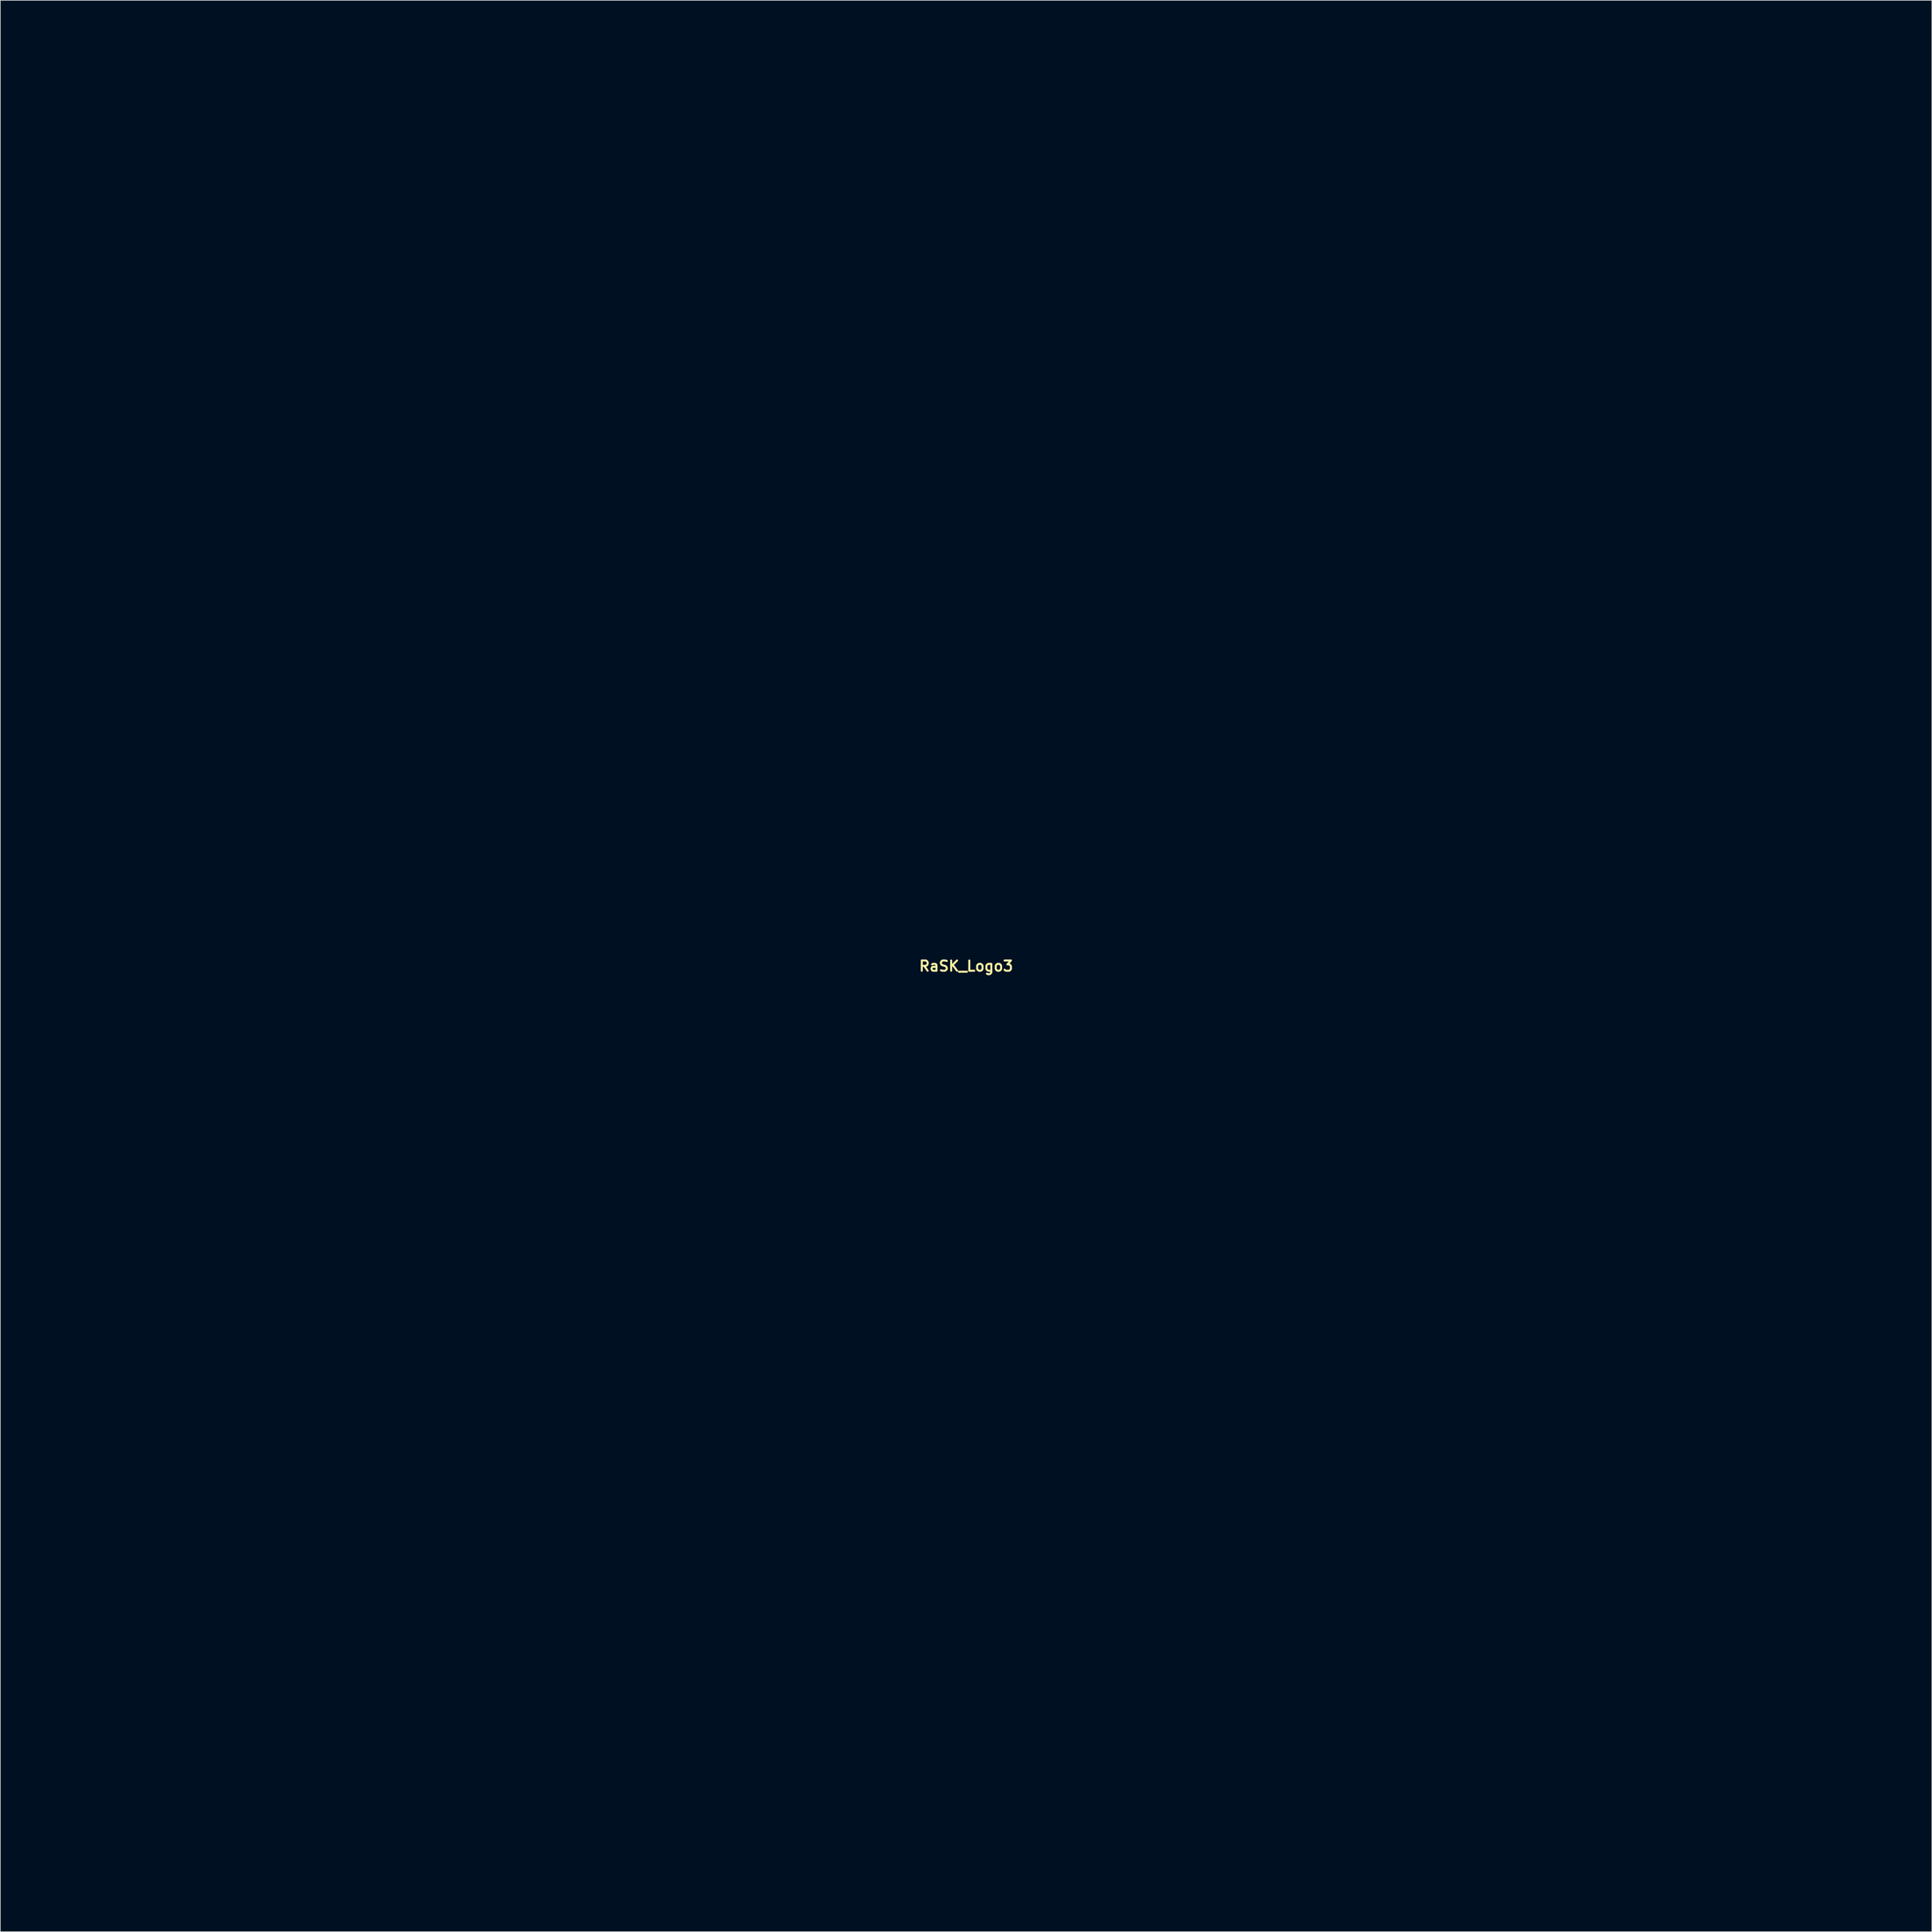
<source format=kicad_pcb>
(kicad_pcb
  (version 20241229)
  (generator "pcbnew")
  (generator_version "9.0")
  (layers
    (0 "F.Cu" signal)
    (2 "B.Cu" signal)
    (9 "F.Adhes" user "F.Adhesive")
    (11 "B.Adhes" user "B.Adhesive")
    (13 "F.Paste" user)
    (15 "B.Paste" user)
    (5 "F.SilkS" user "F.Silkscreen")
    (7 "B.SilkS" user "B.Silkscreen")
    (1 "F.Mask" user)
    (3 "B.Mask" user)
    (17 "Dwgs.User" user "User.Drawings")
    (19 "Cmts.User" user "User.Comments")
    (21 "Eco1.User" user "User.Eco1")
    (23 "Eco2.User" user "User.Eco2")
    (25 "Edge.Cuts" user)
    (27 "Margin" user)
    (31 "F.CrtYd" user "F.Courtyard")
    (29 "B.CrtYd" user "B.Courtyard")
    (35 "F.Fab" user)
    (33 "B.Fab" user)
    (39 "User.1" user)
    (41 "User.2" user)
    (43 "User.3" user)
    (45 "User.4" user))
  (footprint "RaSK_Logo3"
    (layer "F.Cu")
    (at 140.121 140.118)
    (property "Reference" "RaSK_Logo3" (at 0 0 0) (layer "F.SilkS") (effects (font (size 1.524 1.524) (thickness 0.3))))
    (attr through_hole)
    (fp_poly (pts (xy -64.82 61.912) (xy -64.545 61.965) (xy -64.229 62.038) (xy -63.922 62.118) (xy -63.675 62.194) (xy -63.535 62.253) (xy -63.526 62.261) (xy -63.527 62.355) (xy -63.568 62.558) (xy -63.609 62.708) (xy -63.807 63.118) (xy -64.128 63.415) (xy -64.563 63.592) (xy -64.918 63.641) (xy -65.207 63.646) (xy -65.438 63.633) (xy -65.532 63.614) (xy -65.819 63.429) (xy -66.03 63.16) (xy -66.123 62.862) (xy -66.125 62.826) (xy -66.048 62.465) (xy -65.834 62.176) (xy -65.506 61.979) (xy -65.087 61.893) (xy -65.005 61.891) (xy -64.82 61.912)) (stroke (width 0.01) (type solid)) (fill no) (layer "Eco2.User"))
    (fp_poly (pts (xy -37.736 69.886) (xy -37.517 69.942) (xy -37.204 70.039) (xy -36.966 70.134) (xy -36.84 70.211) (xy -36.83 70.232) (xy -36.881 70.492) (xy -37.011 70.8) (xy -37.184 71.077) (xy -37.24 71.143) (xy -37.454 71.308) (xy -37.745 71.455) (xy -37.879 71.503) (xy -38.163 71.583) (xy -38.354 71.615) (xy -38.522 71.596) (xy -38.737 71.529) (xy -38.816 71.501) (xy -39.171 71.307) (xy -39.387 71.045) (xy -39.458 70.739) (xy -39.376 70.418) (xy -39.177 70.149) (xy -38.902 69.933) (xy -38.591 69.819) (xy -38.213 69.805) (xy -37.736 69.886)) (stroke (width 0.01) (type solid)) (fill no) (layer "Eco2.User"))
    (fp_poly (pts (xy 31.646 88.094) (xy 32.171 88.26) (xy 32.565 88.532) (xy 32.828 88.908) (xy 32.956 89.385) (xy 32.948 89.959) (xy 32.9 90.247) (xy 32.71 90.917) (xy 32.447 91.462) (xy 32.119 91.868) (xy 31.818 92.083) (xy 31.528 92.169) (xy 31.156 92.194) (xy 30.78 92.159) (xy 30.518 92.083) (xy 30.137 91.829) (xy 29.859 91.454) (xy 29.694 90.979) (xy 29.652 90.425) (xy 29.662 90.279) (xy 29.774 89.673) (xy 29.983 89.139) (xy 30.27 88.694) (xy 30.621 88.356) (xy 31.018 88.143) (xy 31.446 88.074) (xy 31.646 88.094)) (stroke (width 0.01) (type solid)) (fill no) (layer "Eco2.User"))
    (fp_poly (pts (xy -78.395 55.505) (xy -78.212 55.545) (xy -77.757 55.726) (xy -77.425 56.014) (xy -77.227 56.39) (xy -77.175 56.837) (xy -77.206 57.071) (xy -77.278 57.27) (xy -77.375 57.375) (xy -77.389 57.378) (xy -77.51 57.36) (xy -77.761 57.3) (xy -78.11 57.206) (xy -78.525 57.086) (xy -78.727 57.025) (xy -79.153 56.893) (xy -79.52 56.777) (xy -79.796 56.686) (xy -79.954 56.629) (xy -79.979 56.617) (xy -79.968 56.519) (xy -79.857 56.35) (xy -79.676 56.142) (xy -79.457 55.93) (xy -79.232 55.747) (xy -79.058 55.639) (xy -78.806 55.524) (xy -78.614 55.483) (xy -78.395 55.505)) (stroke (width 0.01) (type solid)) (fill no) (layer "Eco2.User"))
    (fp_poly (pts (xy -17.594 73.499) (xy -17.188 73.66) (xy -16.824 73.928) (xy -16.589 74.299) (xy -16.48 74.779) (xy -16.47 75.015) (xy -16.541 75.699) (xy -16.738 76.335) (xy -17.046 76.885) (xy -17.272 77.153) (xy -17.494 77.368) (xy -17.661 77.488) (xy -17.834 77.541) (xy -18.076 77.553) (xy -18.17 77.553) (xy -18.521 77.526) (xy -18.833 77.458) (xy -18.946 77.414) (xy -19.337 77.134) (xy -19.609 76.745) (xy -19.759 76.266) (xy -19.784 75.714) (xy -19.678 75.106) (xy -19.563 74.754) (xy -19.288 74.202) (xy -18.944 73.795) (xy -18.54 73.54) (xy -18.087 73.44) (xy -17.594 73.499)) (stroke (width 0.01) (type solid)) (fill no) (layer "Eco2.User"))
    (fp_poly (pts (xy -93.803 50.931) (xy -93.455 51.036) (xy -93.314 51.116) (xy -92.956 51.469) (xy -92.74 51.896) (xy -92.664 52.408) (xy -92.724 53.012) (xy -92.751 53.14) (xy -92.945 53.764) (xy -93.211 54.277) (xy -93.538 54.658) (xy -93.807 54.843) (xy -94.163 54.987) (xy -94.483 55.019) (xy -94.843 54.943) (xy -94.954 54.906) (xy -95.342 54.688) (xy -95.671 54.351) (xy -95.895 53.946) (xy -95.931 53.834) (xy -95.995 53.36) (xy -95.956 52.854) (xy -95.829 52.347) (xy -95.627 51.871) (xy -95.366 51.458) (xy -95.059 51.14) (xy -94.722 50.949) (xy -94.614 50.921) (xy -94.211 50.89) (xy -93.803 50.931)) (stroke (width 0.01) (type solid)) (fill no) (layer "Eco2.User"))
    (fp_poly (pts (xy -53.218 63.002) (xy -52.78 63.206) (xy -52.374 63.551) (xy -52.254 63.691) (xy -52.002 64.01) (xy -52.373 65.258) (xy -52.501 65.692) (xy -52.611 66.068) (xy -52.692 66.356) (xy -52.739 66.527) (xy -52.746 66.56) (xy -52.818 66.621) (xy -52.997 66.712) (xy -53.088 66.75) (xy -53.481 66.852) (xy -53.928 66.883) (xy -54.359 66.843) (xy -54.693 66.738) (xy -55.052 66.473) (xy -55.278 66.103) (xy -55.37 65.63) (xy -55.372 65.528) (xy -55.317 64.986) (xy -55.169 64.405) (xy -54.951 63.863) (xy -54.804 63.603) (xy -54.48 63.239) (xy -54.092 63.017) (xy -53.663 62.939) (xy -53.218 63.002)) (stroke (width 0.01) (type solid)) (fill no) (layer "Eco2.User"))
    (fp_poly (pts (xy -100.534 47.019) (xy -100.257 47.075) (xy -99.906 47.161) (xy -99.526 47.266) (xy -99.161 47.379) (xy -98.854 47.486) (xy -98.679 47.561) (xy -98.267 47.842) (xy -98.004 48.192) (xy -97.892 48.589) (xy -97.937 49.014) (xy -98.143 49.447) (xy -98.275 49.622) (xy -98.53 49.871) (xy -98.814 50.029) (xy -99.153 50.098) (xy -99.571 50.081) (xy -100.093 49.979) (xy -100.601 49.839) (xy -100.967 49.727) (xy -101.27 49.629) (xy -101.475 49.559) (xy -101.546 49.528) (xy -101.537 49.437) (xy -101.487 49.213) (xy -101.403 48.885) (xy -101.292 48.482) (xy -101.228 48.26) (xy -101.085 47.778) (xy -100.974 47.436) (xy -100.885 47.211) (xy -100.81 47.08) (xy -100.737 47.019) (xy -100.695 47.007) (xy -100.534 47.019)) (stroke (width 0.01) (type solid)) (fill no) (layer "Eco2.User"))
    (fp_poly (pts (xy -35.148 39.142) (xy -34.467 39.176) (xy -33.857 39.232) (xy -33.365 39.309) (xy -33.316 39.32) (xy -33.109 39.373) (xy -32.773 39.468) (xy -32.327 39.598) (xy -31.791 39.757) (xy -31.182 39.94) (xy -30.522 40.141) (xy -29.827 40.354) (xy -29.118 40.573) (xy -28.414 40.791) (xy -27.733 41.004) (xy -27.095 41.205) (xy -26.518 41.389) (xy -26.021 41.549) (xy -25.625 41.679) (xy -25.347 41.774) (xy -25.207 41.828) (xy -25.195 41.835) (xy -25.199 41.933) (xy -25.253 42.178) (xy -25.352 42.557) (xy -25.493 43.056) (xy -25.672 43.662) (xy -25.886 44.362) (xy -25.994 44.709) (xy -26.872 47.512) (xy -27.711 48.31) (xy -28.834 49.265) (xy -30.036 50.071) (xy -31.318 50.728) (xy -32.682 51.237) (xy -33.613 51.489) (xy -34.105 51.576) (xy -34.714 51.642) (xy -35.394 51.685) (xy -36.096 51.704) (xy -36.775 51.698) (xy -37.382 51.665) (xy -37.872 51.605) (xy -37.888 51.602) (xy -39.08 51.312) (xy -40.157 50.901) (xy -41.128 50.366) (xy -42.002 49.702) (xy -42.535 49.185) (xy -43.144 48.428) (xy -43.598 47.622) (xy -43.892 46.776) (xy -44.026 45.902) (xy -43.994 45.009) (xy -43.892 44.455) (xy -43.73 43.939) (xy -43.487 43.356) (xy -43.192 42.766) (xy -42.877 42.232) (xy -42.635 41.891) (xy -41.955 41.17) (xy -41.144 40.544) (xy -40.214 40.02) (xy -39.178 39.606) (xy -38.048 39.307) (xy -37.682 39.24) (xy -37.168 39.178) (xy -36.544 39.142) (xy -35.855 39.13) (xy -35.148 39.142)) (stroke (width 0.01) (type solid)) (fill no) (layer "Eco2.User"))
    (fp_poly (pts (xy -73.966 -3.639) (xy -73.66 -3.566) (xy -73.223 -3.449) (xy -72.67 -3.294) (xy -72.017 -3.106) (xy -71.279 -2.888) (xy -70.471 -2.646) (xy -69.608 -2.385) (xy -68.705 -2.109) (xy -67.778 -1.822) (xy -66.841 -1.53) (xy -65.91 -1.238) (xy -65 -0.95) (xy -64.126 -0.67) (xy -63.303 -0.404) (xy -62.547 -0.156) (xy -61.872 0.07) (xy -61.293 0.267) (xy -60.827 0.432) (xy -60.487 0.561) (xy -60.325 0.629) (xy -59.098 1.278) (xy -58.016 2) (xy -57.08 2.791) (xy -56.293 3.649) (xy -55.658 4.572) (xy -55.177 5.556) (xy -54.854 6.597) (xy -54.817 6.769) (xy -54.73 7.414) (xy -54.7 8.158) (xy -54.724 8.946) (xy -54.8 9.717) (xy -54.925 10.414) (xy -54.979 10.626) (xy -55.265 11.555) (xy -55.581 12.371) (xy -55.952 13.13) (xy -56.402 13.889) (xy -56.564 14.136) (xy -57.375 15.202) (xy -58.291 16.14) (xy -59.299 16.943) (xy -60.391 17.608) (xy -61.555 18.129) (xy -62.782 18.502) (xy -64.059 18.722) (xy -65.378 18.785) (xy -66.727 18.686) (xy -66.802 18.676) (xy -67.031 18.631) (xy -67.398 18.539) (xy -67.905 18.4) (xy -68.556 18.213) (xy -69.353 17.978) (xy -70.298 17.692) (xy -71.396 17.356) (xy -72.648 16.969) (xy -74.058 16.53) (xy -74.253 16.469) (xy -75.281 16.147) (xy -76.261 15.84) (xy -77.183 15.551) (xy -78.033 15.284) (xy -78.801 15.044) (xy -79.473 14.832) (xy -80.039 14.655) (xy -80.486 14.514) (xy -80.802 14.414) (xy -80.975 14.358) (xy -81.006 14.348) (xy -80.984 14.268) (xy -80.915 14.039) (xy -80.804 13.675) (xy -80.654 13.187) (xy -80.47 12.589) (xy -80.255 11.895) (xy -80.013 11.116) (xy -79.75 10.266) (xy -79.467 9.357) (xy -79.171 8.403) (xy -78.864 7.417) (xy -78.55 6.411) (xy -78.234 5.398) (xy -77.92 4.391) (xy -77.612 3.403) (xy -77.313 2.447) (xy -77.028 1.536) (xy -76.761 0.683) (xy -76.516 -0.1) (xy -76.296 -0.799) (xy -76.106 -1.402) (xy -75.95 -1.895) (xy -75.832 -2.267) (xy -75.756 -2.503) (xy -75.729 -2.582) (xy -75.489 -3.004) (xy -75.127 -3.341) (xy -74.68 -3.57) (xy -74.186 -3.664) (xy -74.126 -3.665) (xy -73.966 -3.639)) (stroke (width 0.01) (type solid)) (fill no) (layer "Eco2.User"))
    (fp_poly (pts (xy 124.226 -140.098) (xy 124.793 -140.043) (xy 125.348 -139.945) (xy 125.917 -139.803) (xy 126.527 -139.614) (xy 127.203 -139.376) (xy 127.847 -139.133) (xy 129.332 -138.516) (xy 130.674 -137.859) (xy 131.896 -137.147) (xy 133.021 -136.365) (xy 134.073 -135.5) (xy 134.609 -135.002) (xy 135.687 -133.87) (xy 136.678 -132.644) (xy 137.571 -131.348) (xy 138.351 -130.005) (xy 139.005 -128.636) (xy 139.521 -127.265) (xy 139.876 -125.957) (xy 139.988 -125.294) (xy 140.065 -124.522) (xy 140.104 -123.7) (xy 140.104 -122.886) (xy 140.063 -122.138) (xy 140.042 -121.943) (xy 139.887 -120.958) (xy 139.645 -119.891) (xy 139.332 -118.792) (xy 138.963 -117.714) (xy 138.554 -116.709) (xy 138.447 -116.476) (xy 138.091 -115.775) (xy 137.636 -114.973) (xy 137.098 -114.096) (xy 136.494 -113.168) (xy 135.838 -112.213) (xy 135.146 -111.257) (xy 134.76 -110.744) (xy 134.336 -110.197) (xy 133.91 -109.67) (xy 133.468 -109.145) (xy 132.996 -108.606) (xy 132.477 -108.037) (xy 131.897 -107.421) (xy 131.241 -106.743) (xy 130.494 -105.986) (xy 129.641 -105.133) (xy 129.443 -104.936) (xy 128.801 -104.302) (xy 128.22 -103.732) (xy 127.681 -103.21) (xy 127.165 -102.718) (xy 126.653 -102.241) (xy 126.128 -101.76) (xy 125.57 -101.26) (xy 124.961 -100.724) (xy 124.283 -100.133) (xy 123.517 -99.473) (xy 122.645 -98.725) (xy 122.386 -98.503) (xy 120.229 -96.654) (xy 118.201 -94.903) (xy 116.295 -93.245) (xy 114.507 -91.674) (xy 112.829 -90.187) (xy 111.258 -88.777) (xy 109.786 -87.44) (xy 108.408 -86.171) (xy 107.119 -84.963) (xy 105.913 -83.813) (xy 104.783 -82.715) (xy 104.745 -82.677) (xy 101.862 -79.765) (xy 98.977 -76.696) (xy 96.098 -73.481) (xy 93.236 -70.131) (xy 90.4 -66.658) (xy 87.602 -63.074) (xy 86.705 -61.891) (xy 85.267 -59.966) (xy 83.934 -58.15) (xy 82.696 -56.427) (xy 81.541 -54.782) (xy 80.461 -53.201) (xy 79.442 -51.668) (xy 78.528 -50.25) (xy 78.011 -49.429) (xy 77.459 -48.541) (xy 76.882 -47.602) (xy 76.288 -46.626) (xy 75.685 -45.626) (xy 75.082 -44.618) (xy 74.488 -43.616) (xy 73.91 -42.635) (xy 73.357 -41.688) (xy 72.839 -40.791) (xy 72.362 -39.958) (xy 71.937 -39.203) (xy 71.571 -38.541) (xy 71.272 -37.987) (xy 71.05 -37.554) (xy 70.967 -37.38) (xy 70.845 -37.121) (xy 70.659 -36.739) (xy 70.425 -36.262) (xy 70.155 -35.719) (xy 69.865 -35.137) (xy 69.588 -34.586) (xy 68.595 -32.495) (xy 67.736 -30.422) (xy 66.992 -28.314) (xy 66.344 -26.12) (xy 66.167 -25.442) (xy 65.945 -24.548) (xy 65.77 -23.778) (xy 65.637 -23.096) (xy 65.54 -22.464) (xy 65.475 -21.845) (xy 65.437 -21.203) (xy 65.419 -20.501) (xy 65.417 -19.981) (xy 65.454 -18.679) (xy 65.553 -17.295) (xy 65.71 -15.884) (xy 65.918 -14.5) (xy 66.169 -13.195) (xy 66.342 -12.457) (xy 66.449 -12.073) (xy 66.576 -11.7) (xy 66.732 -11.317) (xy 66.929 -10.905) (xy 67.178 -10.445) (xy 67.488 -9.915) (xy 67.869 -9.296) (xy 68.333 -8.569) (xy 68.592 -8.17) (xy 68.981 -7.563) (xy 69.373 -6.934) (xy 69.749 -6.317) (xy 70.089 -5.743) (xy 70.373 -5.245) (xy 70.576 -4.868) (xy 70.813 -4.42) (xy 71.113 -3.872) (xy 71.45 -3.27) (xy 71.801 -2.659) (xy 72.139 -2.083) (xy 72.17 -2.032) (xy 72.683 -1.156) (xy 73.173 -0.285) (xy 73.647 0.602) (xy 74.116 1.524) (xy 74.589 2.499) (xy 75.075 3.548) (xy 75.584 4.691) (xy 76.125 5.945) (xy 76.707 7.332) (xy 76.983 8.001) (xy 77.716 9.817) (xy 78.374 11.524) (xy 78.967 13.156) (xy 79.506 14.749) (xy 80.002 16.336) (xy 80.465 17.953) (xy 80.907 19.633) (xy 81.338 21.413) (xy 81.77 23.325) (xy 81.783 23.386) (xy 81.894 23.913) (xy 81.986 24.376) (xy 82.055 24.752) (xy 82.095 25.02) (xy 82.104 25.157) (xy 82.095 25.169) (xy 82.002 25.104) (xy 81.794 24.956) (xy 81.495 24.741) (xy 81.125 24.474) (xy 80.708 24.172) (xy 80.649 24.129) (xy 78.298 22.456) (xy 75.854 20.78) (xy 73.306 19.094) (xy 70.639 17.389) (xy 67.842 15.656) (xy 64.9 13.888) (xy 63.5 13.063) (xy 63.196 12.877) (xy 62.959 12.716) (xy 62.819 12.603) (xy 62.795 12.565) (xy 62.836 12.426) (xy 62.869 12.338) (xy 62.879 12.285) (xy 62.85 12.247) (xy 62.759 12.222) (xy 62.585 12.207) (xy 62.305 12.202) (xy 61.898 12.204) (xy 61.383 12.211) (xy 59.84 12.234) (xy 58.787 14.426) (xy 57.734 16.617) (xy 58.649 17.83) (xy 58.944 18.219) (xy 59.206 18.557) (xy 59.415 18.821) (xy 59.556 18.992) (xy 59.611 19.046) (xy 59.674 18.98) (xy 59.772 18.811) (xy 59.801 18.751) (xy 59.848 18.644) (xy 59.888 18.566) (xy 59.94 18.524) (xy 60.025 18.525) (xy 60.161 18.574) (xy 60.369 18.68) (xy 60.667 18.849) (xy 61.076 19.089) (xy 61.553 19.368) (xy 64.441 21.094) (xy 67.317 22.882) (xy 70.158 24.715) (xy 72.94 26.58) (xy 75.64 28.46) (xy 78.236 30.339) (xy 80.705 32.203) (xy 82.156 33.338) (xy 82.576 33.67) (xy 82.949 33.961) (xy 83.256 34.196) (xy 83.477 34.36) (xy 83.593 34.44) (xy 83.606 34.444) (xy 83.615 34.338) (xy 83.598 34.085) (xy 83.558 33.702) (xy 83.498 33.21) (xy 83.421 32.628) (xy 83.33 31.975) (xy 83.226 31.27) (xy 83.114 30.532) (xy 82.996 29.78) (xy 82.875 29.034) (xy 82.754 28.313) (xy 82.635 27.635) (xy 82.521 27.02) (xy 82.496 26.893) (xy 82.405 26.409) (xy 82.33 25.984) (xy 82.276 25.646) (xy 82.247 25.421) (xy 82.246 25.337) (xy 82.325 25.373) (xy 82.521 25.502) (xy 82.821 25.713) (xy 83.209 25.994) (xy 83.671 26.335) (xy 84.19 26.723) (xy 84.753 27.147) (xy 85.344 27.597) (xy 85.948 28.06) (xy 86.55 28.526) (xy 87.135 28.983) (xy 87.688 29.42) (xy 87.936 29.618) (xy 90.688 31.885) (xy 93.327 34.182) (xy 95.844 36.502) (xy 98.229 38.835) (xy 100.475 41.174) (xy 102.571 43.508) (xy 104.51 45.829) (xy 104.693 46.059) (xy 106.189 47.991) (xy 107.552 49.868) (xy 108.8 51.718) (xy 109.95 53.565) (xy 111.018 55.437) (xy 112.003 57.319) (xy 112.744 58.858) (xy 113.385 60.314) (xy 113.94 61.729) (xy 114.425 63.143) (xy 114.856 64.598) (xy 115.052 65.336) (xy 115.44 66.986) (xy 115.734 68.543) (xy 115.94 70.052) (xy 116.063 71.556) (xy 116.11 73.1) (xy 116.111 73.279) (xy 116.105 74.078) (xy 116.079 74.79) (xy 116.029 75.453) (xy 115.949 76.104) (xy 115.834 76.783) (xy 115.68 77.527) (xy 115.48 78.374) (xy 115.357 78.867) (xy 114.864 80.653) (xy 114.316 82.34) (xy 113.719 83.912) (xy 113.079 85.355) (xy 112.402 86.655) (xy 111.981 87.358) (xy 110.816 89.05) (xy 109.491 90.697) (xy 108.009 92.297) (xy 106.374 93.846) (xy 104.589 95.341) (xy 102.66 96.779) (xy 100.588 98.156) (xy 98.379 99.47) (xy 96.435 100.514) (xy 93.811 101.783) (xy 91.041 102.972) (xy 88.131 104.08) (xy 85.086 105.105) (xy 81.911 106.046) (xy 78.61 106.903) (xy 75.19 107.673) (xy 71.654 108.355) (xy 68.008 108.949) (xy 64.257 109.452) (xy 61.002 109.807) (xy 60.433 109.862) (xy 59.885 109.915) (xy 59.394 109.963) (xy 58.995 110.001) (xy 58.725 110.027) (xy 58.696 110.03) (xy 58.167 110.08) (xy 57.214 111.099) (xy 56.583 111.758) (xy 55.893 112.447) (xy 55.134 113.174) (xy 54.295 113.95) (xy 53.368 114.783) (xy 52.341 115.682) (xy 51.204 116.657) (xy 49.948 117.716) (xy 49.064 118.453) (xy 48.242 119.135) (xy 47.532 119.72) (xy 46.916 120.221) (xy 46.379 120.653) (xy 45.902 121.029) (xy 45.469 121.361) (xy 45.062 121.663) (xy 44.665 121.948) (xy 44.26 122.229) (xy 43.831 122.521) (xy 43.815 122.532) (xy 43.269 122.899) (xy 42.636 123.324) (xy 41.97 123.772) (xy 41.325 124.206) (xy 40.809 124.553) (xy 40.057 125.053) (xy 39.327 125.525) (xy 38.591 125.984) (xy 37.822 126.447) (xy 36.993 126.931) (xy 36.076 127.452) (xy 35.044 128.026) (xy 34.671 128.231) (xy 34.073 128.563) (xy 33.477 128.898) (xy 32.913 129.22) (xy 32.412 129.511) (xy 32.002 129.754) (xy 31.732 129.921) (xy 31.295 130.182) (xy 30.758 130.466) (xy 30.111 130.778) (xy 29.344 131.124) (xy 28.446 131.506) (xy 27.409 131.93) (xy 26.222 132.4) (xy 25.976 132.496) (xy 24.516 133.057) (xy 23.045 133.609) (xy 21.581 134.146) (xy 20.142 134.661) (xy 18.745 135.149) (xy 17.406 135.605) (xy 16.143 136.021) (xy 14.973 136.393) (xy 13.914 136.714) (xy 12.983 136.978) (xy 12.461 137.115) (xy 11.271 137.398) (xy 9.934 137.686) (xy 8.469 137.974) (xy 6.899 138.261) (xy 5.244 138.541) (xy 3.525 138.813) (xy 1.764 139.073) (xy -0.018 139.317) (xy -1.801 139.541) (xy -3.562 139.744) (xy -4.868 139.88) (xy -5.291 139.92) (xy -5.69 139.955) (xy -6.086 139.984) (xy -6.496 140.007) (xy -6.94 140.027) (xy -7.436 140.042) (xy -8.004 140.054) (xy -8.661 140.063) (xy -9.426 140.07) (xy -10.319 140.076) (xy -11.357 140.08) (xy -11.642 140.081) (xy -12.56 140.084) (xy -13.444 140.085) (xy -14.277 140.085) (xy -15.041 140.085) (xy -15.719 140.083) (xy -16.293 140.081) (xy -16.745 140.078) (xy -17.058 140.073) (xy -17.187 140.07) (xy -18.227 140.018) (xy -19.232 139.954) (xy -20.222 139.873) (xy -21.22 139.774) (xy -22.244 139.654) (xy -23.315 139.51) (xy -24.455 139.338) (xy -25.683 139.138) (xy -27.02 138.905) (xy -28.486 138.637) (xy -29.633 138.421) (xy -32.407 137.864) (xy -35.04 137.269) (xy -37.561 136.629) (xy -39.996 135.934) (xy -42.373 135.174) (xy -44.718 134.341) (xy -47.059 133.425) (xy -49.423 132.418) (xy -51.837 131.31) (xy -54.187 130.163) (xy -55.986 129.248) (xy -57.659 128.368) (xy -59.231 127.507) (xy -60.723 126.651) (xy -62.16 125.784) (xy -63.565 124.892) (xy -64.961 123.959) (xy -66.371 122.971) (xy -67.82 121.912) (xy -69.33 120.767) (xy -70.925 119.522) (xy -71.603 118.984) (xy -72.99 117.862) (xy -74.271 116.791) (xy -75.483 115.738) (xy -76.666 114.668) (xy -77.857 113.546) (xy -79.095 112.338) (xy -79.629 111.806) (xy -80.236 111.172) (xy -61.637 111.172) (xy -61.576 111.289) (xy -61.399 111.504) (xy -61.122 111.804) (xy -60.758 112.177) (xy -60.319 112.609) (xy -59.821 113.088) (xy -59.276 113.6) (xy -58.697 114.133) (xy -58.099 114.675) (xy -57.496 115.211) (xy -56.899 115.731) (xy -56.324 116.219) (xy -56.179 116.34) (xy -53.78 118.226) (xy -51.266 119.994) (xy -48.652 121.637) (xy -45.953 123.147) (xy -43.185 124.514) (xy -40.36 125.732) (xy -37.495 126.791) (xy -36.9 126.99) (xy -34.598 127.688) (xy -32.243 128.3) (xy -29.854 128.822) (xy -27.453 129.252) (xy -25.06 129.587) (xy -22.695 129.826) (xy -20.38 129.964) (xy -18.135 130) (xy -15.98 129.932) (xy -14.224 129.788) (xy -12.453 129.591) (xy -10.833 129.395) (xy -9.344 129.196) (xy -7.968 128.992) (xy -6.687 128.778) (xy -5.482 128.55) (xy -4.334 128.305) (xy -3.224 128.039) (xy -2.134 127.748) (xy -1.044 127.429) (xy 0.063 127.078) (xy 0.931 126.786) (xy 1.563 126.563) (xy 2.245 126.311) (xy 2.961 126.038) (xy 3.693 125.75) (xy 4.424 125.455) (xy 5.138 125.16) (xy 5.818 124.872) (xy 6.445 124.599) (xy 7.004 124.348) (xy 7.476 124.126) (xy 7.846 123.94) (xy 8.096 123.798) (xy 8.208 123.707) (xy 8.213 123.693) (xy 8.18 123.673) (xy 8.072 123.674) (xy 7.876 123.7) (xy 7.576 123.753) (xy 7.159 123.836) (xy 6.61 123.952) (xy 5.916 124.102) (xy 5.63 124.165) (xy 4.133 124.473) (xy 2.526 124.765) (xy 0.8 125.041) (xy -1.054 125.303) (xy -3.046 125.552) (xy -5.185 125.79) (xy -7.481 126.017) (xy -8.213 126.085) (xy -9.069 126.149) (xy -10.058 126.202) (xy -11.143 126.242) (xy -12.29 126.269) (xy -13.463 126.282) (xy -14.629 126.283) (xy -15.751 126.269) (xy -16.795 126.242) (xy -17.726 126.2) (xy -18.203 126.169) (xy -21.288 125.899) (xy -24.242 125.557) (xy -27.089 125.14) (xy -29.854 124.641) (xy -32.562 124.057) (xy -35.235 123.382) (xy -37.9 122.612) (xy -39.92 121.965) (xy -42.546 121.043) (xy -45.104 120.044) (xy -47.619 118.96) (xy -50.111 117.778) (xy -52.605 116.487) (xy -55.122 115.076) (xy -57.686 113.535) (xy -59.182 112.591) (xy -59.847 112.165) (xy -60.383 111.825) (xy -60.804 111.562) (xy -61.123 111.37) (xy -61.351 111.24) (xy -61.504 111.165) (xy -61.593 111.138) (xy -61.633 111.15) (xy -61.637 111.172) (xy -80.236 111.172) (xy -82.411 108.901) (xy -85.055 105.899) (xy -87.561 102.799) (xy -89.927 99.603) (xy -92.155 96.309) (xy -94.244 92.919) (xy -96.194 89.432) (xy -98.004 85.849) (xy -99.584 82.381) (xy -100.497 80.218) (xy -101.319 78.156) (xy -102.06 76.162) (xy -102.733 74.202) (xy -103.347 72.242) (xy -103.914 70.249) (xy -104.445 68.19) (xy -104.946 66.053) (xy -105.06 65.551) (xy -105.162 65.11) (xy -105.246 64.753) (xy -105.307 64.508) (xy -105.339 64.398) (xy -105.341 64.395) (xy -105.414 64.341) (xy -105.604 64.201) (xy -105.893 63.989) (xy -106.262 63.719) (xy -106.691 63.404) (xy -107.019 63.163) (xy -109.863 61.026) (xy -112.564 58.892) (xy -115.147 56.74) (xy -116.52 55.53) (xy -106.765 55.53) (xy -106.75 55.786) (xy -106.709 56.174) (xy -106.645 56.675) (xy -106.562 57.269) (xy -106.462 57.936) (xy -106.349 58.656) (xy -106.227 59.409) (xy -106.098 60.175) (xy -105.967 60.935) (xy -105.836 61.669) (xy -105.709 62.356) (xy -105.59 62.977) (xy -105.481 63.512) (xy -105.387 63.941) (xy -105.311 64.244) (xy -105.255 64.401) (xy -105.251 64.408) (xy -105.156 64.493) (xy -104.933 64.663) (xy -104.595 64.91) (xy -104.154 65.223) (xy -103.623 65.596) (xy -103.015 66.017) (xy -102.343 66.479) (xy -101.619 66.972) (xy -101.341 67.161) (xy -97.437 69.729) (xy -93.376 72.259) (xy -89.167 74.744) (xy -84.819 77.182) (xy -80.34 79.567) (xy -75.738 81.895) (xy -71.023 84.161) (xy -66.203 86.362) (xy -61.287 88.492) (xy -56.283 90.548) (xy -51.562 92.388) (xy -50.505 92.779) (xy -49.292 93.208) (xy -47.931 93.672) (xy -46.429 94.17) (xy -44.796 94.698) (xy -43.039 95.255) (xy -41.167 95.837) (xy -39.187 96.443) (xy -37.107 97.07) (xy -34.937 97.714) (xy -32.683 98.375) (xy -30.354 99.049) (xy -27.959 99.734) (xy -25.504 100.427) (xy -22.999 101.126) (xy -22.86 101.165) (xy -20.85 101.72) (xy -18.989 102.228) (xy -17.264 102.692) (xy -15.662 103.117) (xy -14.171 103.504) (xy -12.777 103.858) (xy -11.467 104.181) (xy -10.229 104.476) (xy -9.05 104.748) (xy -7.916 104.998) (xy -6.816 105.23) (xy -5.736 105.448) (xy -5.334 105.527) (xy -0.496 106.429) (xy 4.22 107.238) (xy 8.83 107.956) (xy 13.352 108.585) (xy 17.803 109.127) (xy 22.201 109.584) (xy 26.562 109.958) (xy 30.905 110.251) (xy 35.246 110.466) (xy 35.814 110.489) (xy 36.287 110.502) (xy 36.906 110.514) (xy 37.654 110.523) (xy 38.513 110.529) (xy 39.465 110.534) (xy 40.492 110.536) (xy 41.577 110.536) (xy 42.701 110.534) (xy 43.847 110.53) (xy 44.997 110.525) (xy 46.133 110.518) (xy 47.237 110.509) (xy 48.292 110.498) (xy 49.279 110.486) (xy 50.181 110.473) (xy 50.981 110.458) (xy 51.659 110.442) (xy 52.199 110.425) (xy 52.493 110.412) (xy 53.141 110.376) (xy 53.895 110.333) (xy 54.694 110.285) (xy 55.476 110.237) (xy 56.176 110.193) (xy 58.124 110.067) (xy 58.703 109.453) (xy 58.962 109.17) (xy 59.293 108.795) (xy 59.682 108.346) (xy 60.114 107.84) (xy 60.576 107.294) (xy 61.052 106.725) (xy 61.529 106.15) (xy 61.993 105.587) (xy 62.428 105.053) (xy 62.822 104.565) (xy 63.159 104.141) (xy 63.425 103.797) (xy 63.607 103.551) (xy 63.68 103.439) (xy 63.718 103.332) (xy 63.636 103.319) (xy 63.568 103.332) (xy 63.405 103.359) (xy 63.097 103.398) (xy 62.67 103.448) (xy 62.146 103.507) (xy 61.551 103.571) (xy 60.909 103.638) (xy 60.243 103.705) (xy 59.579 103.771) (xy 58.94 103.832) (xy 58.351 103.886) (xy 57.912 103.924) (xy 53.522 104.226) (xy 49.016 104.411) (xy 44.402 104.477) (xy 39.683 104.426) (xy 34.866 104.258) (xy 29.956 103.973) (xy 24.958 103.573) (xy 21.824 103.256) (xy 63.972 103.256) (xy 64 103.283) (xy 64.074 103.277) (xy 64.184 103.257) (xy 64.19 103.256) (xy 64.365 103.229) (xy 64.674 103.184) (xy 65.085 103.124) (xy 65.563 103.056) (xy 65.998 102.995) (xy 68.249 102.651) (xy 70.566 102.246) (xy 72.885 101.79) (xy 75.141 101.297) (xy 76.563 100.958) (xy 79.562 100.161) (xy 82.422 99.29) (xy 85.14 98.347) (xy 87.715 97.331) (xy 90.147 96.244) (xy 92.432 95.087) (xy 94.572 93.86) (xy 96.562 92.565) (xy 98.404 91.201) (xy 100.094 89.77) (xy 101.632 88.273) (xy 103.016 86.71) (xy 104.245 85.082) (xy 104.581 84.585) (xy 105.588 82.91) (xy 106.433 81.19) (xy 107.118 79.417) (xy 107.647 77.584) (xy 108.022 75.683) (xy 108.131 74.888) (xy 108.175 74.394) (xy 108.205 73.774) (xy 108.223 73.069) (xy 108.229 72.324) (xy 108.221 71.578) (xy 108.2 70.876) (xy 108.167 70.26) (xy 108.13 69.85) (xy 107.804 67.725) (xy 107.31 65.582) (xy 106.65 63.42) (xy 105.823 61.243) (xy 104.83 59.05) (xy 103.672 56.843) (xy 102.35 54.623) (xy 100.863 52.391) (xy 99.212 50.15) (xy 98.425 49.149) (xy 97.064 47.51) (xy 95.565 45.816) (xy 93.946 44.084) (xy 92.224 42.331) (xy 90.415 40.572) (xy 88.536 38.825) (xy 86.602 37.106) (xy 85.005 35.743) (xy 84.607 35.412) (xy 84.255 35.123) (xy 83.97 34.892) (xy 83.769 34.735) (xy 83.674 34.668) (xy 83.669 34.667) (xy 83.667 34.756) (xy 83.68 34.978) (xy 83.705 35.299) (xy 83.735 35.646) (xy 83.893 37.527) (xy 84.017 39.451) (xy 84.108 41.399) (xy 84.165 43.352) (xy 84.189 45.292) (xy 84.181 47.199) (xy 84.14 49.055) (xy 84.067 50.841) (xy 83.962 52.538) (xy 83.826 54.126) (xy 83.658 55.588) (xy 83.459 56.904) (xy 83.438 57.023) (xy 83.241 58.122) (xy 83.042 59.22) (xy 82.843 60.302) (xy 82.649 61.347) (xy 82.462 62.339) (xy 82.287 63.259) (xy 82.127 64.089) (xy 81.984 64.811) (xy 81.863 65.407) (xy 81.766 65.86) (xy 81.745 65.955) (xy 81.242 68.012) (xy 80.649 70.165) (xy 79.977 72.389) (xy 79.234 74.657) (xy 78.431 76.943) (xy 77.577 79.221) (xy 76.683 81.465) (xy 75.758 83.647) (xy 74.813 85.743) (xy 73.856 87.725) (xy 72.899 89.568) (xy 72.779 89.789) (xy 71.585 91.897) (xy 70.277 94.066) (xy 68.88 96.26) (xy 67.418 98.44) (xy 65.915 100.571) (xy 64.836 102.032) (xy 64.499 102.48) (xy 64.253 102.809) (xy 64.089 103.036) (xy 63.999 103.179) (xy 63.972 103.256) (xy 21.824 103.256) (xy 19.879 103.058) (xy 14.723 102.429) (xy 9.496 101.685) (xy 4.203 100.828) (xy -1.149 99.858) (xy -6.556 98.775) (xy -12.012 97.58) (xy -16.383 96.551) (xy -17.946 96.168) (xy 43.113 96.168) (xy 43.113 96.169) (xy 43.208 96.366) (xy 43.324 96.443) (xy 43.486 96.468) (xy 43.628 96.404) (xy 43.762 96.233) (xy 43.897 95.939) (xy 44.045 95.506) (xy 44.146 95.165) (xy 44.275 94.723) (xy 44.38 94.407) (xy 44.486 94.184) (xy 44.617 94.018) (xy 44.797 93.875) (xy 45.052 93.719) (xy 45.228 93.618) (xy 45.484 93.486) (xy 45.628 93.451) (xy 45.678 93.491) (xy 46.013 94.421) (xy 46.296 95.204) (xy 46.531 95.854) (xy 46.724 96.381) (xy 46.88 96.799) (xy 47.004 97.12) (xy 47.102 97.357) (xy 47.179 97.521) (xy 47.24 97.626) (xy 47.29 97.683) (xy 47.335 97.706) (xy 47.38 97.706) (xy 47.431 97.696) (xy 47.465 97.69) (xy 47.677 97.608) (xy 47.8 97.494) (xy 47.828 97.425) (xy 47.832 97.324) (xy 47.805 97.171) (xy 47.755 96.99) (xy 49.441 96.99) (xy 49.48 97.28) (xy 49.558 97.537) (xy 49.61 97.654) (xy 49.905 98.105) (xy 50.322 98.475) (xy 50.872 98.774) (xy 51.57 99.01) (xy 51.571 99.011) (xy 52.266 99.128) (xy 52.899 99.089) (xy 53.195 99.011) (xy 53.617 98.789) (xy 54.014 98.437) (xy 54.346 97.994) (xy 54.47 97.762) (xy 54.554 97.551) (xy 54.67 97.219) (xy 54.81 96.788) (xy 54.967 96.286) (xy 55.133 95.737) (xy 55.302 95.166) (xy 55.465 94.599) (xy 55.616 94.061) (xy 55.747 93.577) (xy 55.813 93.323) (xy 57.009 93.323) (xy 57.019 93.461) (xy 57.081 93.552) (xy 57.22 93.644) (xy 57.464 93.748) (xy 57.837 93.875) (xy 58.029 93.936) (xy 58.411 94.053) (xy 58.737 94.149) (xy 58.972 94.212) (xy 59.077 94.234) (xy 59.208 94.296) (xy 59.222 94.315) (xy 59.211 94.413) (xy 59.156 94.654) (xy 59.064 95.019) (xy 58.938 95.491) (xy 58.783 96.049) (xy 58.606 96.676) (xy 58.423 97.31) (xy 58.226 97.99) (xy 58.046 98.626) (xy 57.886 99.196) (xy 57.754 99.682) (xy 57.654 100.063) (xy 57.592 100.32) (xy 57.573 100.429) (xy 57.636 100.674) (xy 57.795 100.813) (xy 58.003 100.825) (xy 58.202 100.705) (xy 58.308 100.584) (xy 58.335 100.534) (xy 58.358 100.444) (xy 58.422 100.213) (xy 58.521 99.866) (xy 58.648 99.423) (xy 58.797 98.907) (xy 58.962 98.34) (xy 59.136 97.745) (xy 59.312 97.142) (xy 59.484 96.555) (xy 59.645 96.005) (xy 59.79 95.515) (xy 59.911 95.107) (xy 60.003 94.803) (xy 60.058 94.625) (xy 60.072 94.587) (xy 60.158 94.599) (xy 60.376 94.652) (xy 60.697 94.736) (xy 61.089 94.846) (xy 61.214 94.882) (xy 61.66 95.01) (xy 61.972 95.093) (xy 62.177 95.136) (xy 62.304 95.143) (xy 62.381 95.116) (xy 62.436 95.06) (xy 62.45 95.042) (xy 62.557 94.805) (xy 62.53 94.605) (xy 62.42 94.503) (xy 62.305 94.46) (xy 62.047 94.377) (xy 61.67 94.259) (xy 61.194 94.113) (xy 60.641 93.945) (xy 60.031 93.763) (xy 59.783 93.689) (xy 59.083 93.482) (xy 58.526 93.319) (xy 58.096 93.196) (xy 57.774 93.11) (xy 57.542 93.057) (xy 57.382 93.032) (xy 57.277 93.033) (xy 57.207 93.054) (xy 57.154 93.092) (xy 57.129 93.117) (xy 57.009 93.323) (xy 55.813 93.323) (xy 55.852 93.172) (xy 55.921 92.872) (xy 55.949 92.702) (xy 55.948 92.682) (xy 55.853 92.513) (xy 55.669 92.408) (xy 55.464 92.393) (xy 55.335 92.46) (xy 55.281 92.572) (xy 55.188 92.823) (xy 55.064 93.194) (xy 54.916 93.66) (xy 54.751 94.199) (xy 54.576 94.79) (xy 54.566 94.824) (xy 54.333 95.619) (xy 54.134 96.267) (xy 53.964 96.786) (xy 53.816 97.191) (xy 53.682 97.5) (xy 53.556 97.731) (xy 53.432 97.9) (xy 53.302 98.025) (xy 53.295 98.031) (xy 52.889 98.249) (xy 52.412 98.345) (xy 51.904 98.327) (xy 51.405 98.202) (xy 50.952 97.976) (xy 50.586 97.657) (xy 50.482 97.518) (xy 50.372 97.327) (xy 50.297 97.124) (xy 50.259 96.889) (xy 50.26 96.606) (xy 50.303 96.254) (xy 50.39 95.817) (xy 50.523 95.276) (xy 50.705 94.611) (xy 50.938 93.806) (xy 50.957 93.741) (xy 51.13 93.14) (xy 51.285 92.588) (xy 51.413 92.108) (xy 51.511 91.721) (xy 51.572 91.449) (xy 51.591 91.314) (xy 51.59 91.306) (xy 51.467 91.187) (xy 51.261 91.121) (xy 51.052 91.128) (xy 50.986 91.156) (xy 50.928 91.257) (xy 50.831 91.503) (xy 50.701 91.873) (xy 50.544 92.349) (xy 50.368 92.912) (xy 50.185 93.518) (xy 49.933 94.391) (xy 49.735 95.123) (xy 49.589 95.731) (xy 49.494 96.232) (xy 49.445 96.646) (xy 49.441 96.99) (xy 47.755 96.99) (xy 47.744 96.948) (xy 47.641 96.634) (xy 47.491 96.212) (xy 47.289 95.661) (xy 47.154 95.298) (xy 46.947 94.741) (xy 46.757 94.23) (xy 46.595 93.791) (xy 46.467 93.444) (xy 46.384 93.215) (xy 46.354 93.129) (xy 46.368 93.061) (xy 46.456 92.966) (xy 46.636 92.832) (xy 46.921 92.649) (xy 47.327 92.407) (xy 47.771 92.152) (xy 48.352 91.818) (xy 48.799 91.552) (xy 49.128 91.341) (xy 49.353 91.175) (xy 49.49 91.04) (xy 49.554 90.925) (xy 49.56 90.817) (xy 49.541 90.746) (xy 49.485 90.629) (xy 49.406 90.555) (xy 49.29 90.53) (xy 49.122 90.559) (xy 48.886 90.649) (xy 48.569 90.805) (xy 48.154 91.034) (xy 47.627 91.34) (xy 46.973 91.73) (xy 46.906 91.77) (xy 46.369 92.091) (xy 45.882 92.379) (xy 45.463 92.624) (xy 45.131 92.815) (xy 44.902 92.942) (xy 44.794 92.995) (xy 44.789 92.995) (xy 44.811 92.903) (xy 44.875 92.674) (xy 44.972 92.332) (xy 45.095 91.903) (xy 45.237 91.412) (xy 45.271 91.298) (xy 45.444 90.693) (xy 45.569 90.231) (xy 45.644 89.89) (xy 45.671 89.653) (xy 45.651 89.498) (xy 45.586 89.406) (xy 45.475 89.359) (xy 45.366 89.34) (xy 45.166 89.364) (xy 45.057 89.434) (xy 45.006 89.547) (xy 44.916 89.803) (xy 44.795 90.179) (xy 44.648 90.653) (xy 44.481 91.204) (xy 44.301 91.809) (xy 44.114 92.449) (xy 43.926 93.1) (xy 43.743 93.741) (xy 43.573 94.351) (xy 43.42 94.907) (xy 43.291 95.389) (xy 43.193 95.774) (xy 43.131 96.041) (xy 43.113 96.168) (xy -17.946 96.168) (xy -18.406 96.056) (xy -20.288 95.587) (xy -22.052 95.139) (xy -23.721 94.704) (xy -25.322 94.275) (xy -26.508 93.947) (xy 35.191 93.947) (xy 35.216 94.015) (xy 35.219 94.019) (xy 35.394 94.126) (xy 35.609 94.139) (xy 35.781 94.055) (xy 35.79 94.043) (xy 35.836 93.935) (xy 35.92 93.688) (xy 36.036 93.325) (xy 36.175 92.87) (xy 36.331 92.347) (xy 36.447 91.948) (xy 36.607 91.395) (xy 36.753 90.896) (xy 36.877 90.475) (xy 36.973 90.154) (xy 37.034 89.957) (xy 37.052 89.904) (xy 37.141 89.901) (xy 37.351 89.944) (xy 37.64 90.022) (xy 37.724 90.047) (xy 38.109 90.155) (xy 38.367 90.196) (xy 38.529 90.167) (xy 38.623 90.066) (xy 38.654 89.989) (xy 38.669 89.834) (xy 38.589 89.706) (xy 38.393 89.589) (xy 38.059 89.466) (xy 37.888 89.413) (xy 37.567 89.313) (xy 37.374 89.218) (xy 37.296 89.093) (xy 37.319 88.902) (xy 37.429 88.609) (xy 37.51 88.42) (xy 37.662 88.144) (xy 37.848 87.985) (xy 38.094 87.94) (xy 38.427 88.001) (xy 38.828 88.144) (xy 39.111 88.212) (xy 39.292 88.147) (xy 39.368 87.95) (xy 39.37 87.894) (xy 39.347 87.734) (xy 39.254 87.614) (xy 39.051 87.491) (xy 38.969 87.451) (xy 38.522 87.29) (xy 38.068 87.224) (xy 37.657 87.255) (xy 37.363 87.368) (xy 37.079 87.637) (xy 36.84 88.049) (xy 36.657 88.581) (xy 36.655 88.592) (xy 36.586 88.821) (xy 36.522 88.963) (xy 36.497 88.985) (xy 36.388 88.962) (xy 36.173 88.905) (xy 35.992 88.853) (xy 35.652 88.781) (xy 35.435 88.812) (xy 35.326 88.952) (xy 35.306 89.115) (xy 35.335 89.24) (xy 35.447 89.336) (xy 35.68 89.431) (xy 35.751 89.454) (xy 36.008 89.544) (xy 36.198 89.621) (xy 36.258 89.655) (xy 36.253 89.749) (xy 36.205 89.983) (xy 36.119 90.334) (xy 36.002 90.781) (xy 35.859 91.302) (xy 35.716 91.801) (xy 35.528 92.456) (xy 35.385 92.968) (xy 35.284 93.355) (xy 35.221 93.635) (xy 35.191 93.826) (xy 35.191 93.947) (xy -26.508 93.947) (xy -26.876 93.845) (xy -28.409 93.407) (xy -29.944 92.955) (xy -31.505 92.481) (xy -33.117 91.979) (xy -34.804 91.442) (xy -36.589 90.862) (xy -37.716 90.491) (xy 17.539 90.491) (xy 17.621 90.701) (xy 17.846 90.907) (xy 18.204 91.096) (xy 18.335 91.147) (xy 18.791 91.228) (xy 19.246 91.141) (xy 19.569 90.974) (xy 19.7 90.856) (xy 19.914 90.626) (xy 19.964 90.569) (xy 28.871 90.569) (xy 28.93 91.152) (xy 29.109 91.665) (xy 29.426 92.105) (xy 29.86 92.458) (xy 30.377 92.711) (xy 30.944 92.849) (xy 31.524 92.86) (xy 31.939 92.779) (xy 32.378 92.564) (xy 32.784 92.207) (xy 33.141 91.731) (xy 33.43 91.165) (xy 33.634 90.532) (xy 33.698 90.207) (xy 33.742 89.542) (xy 33.651 88.97) (xy 33.42 88.478) (xy 33.045 88.052) (xy 33.01 88.022) (xy 32.55 87.725) (xy 32.011 87.529) (xy 31.441 87.443) (xy 30.889 87.476) (xy 30.519 87.583) (xy 30.061 87.861) (xy 29.662 88.269) (xy 29.332 88.776) (xy 29.083 89.349) (xy 28.926 89.958) (xy 28.871 90.569) (xy 19.964 90.569) (xy 20.197 90.301) (xy 20.535 89.898) (xy 20.915 89.435) (xy 21.322 88.93) (xy 21.743 88.4) (xy 22.164 87.863) (xy 22.572 87.336) (xy 22.952 86.836) (xy 23.291 86.383) (xy 23.575 85.991) (xy 23.79 85.681) (xy 23.923 85.468) (xy 23.961 85.377) (xy 23.891 85.19) (xy 23.727 85.056) (xy 23.534 85.025) (xy 23.497 85.035) (xy 23.418 85.112) (xy 23.251 85.305) (xy 23.012 85.596) (xy 22.715 85.968) (xy 22.376 86.401) (xy 22.052 86.821) (xy 21.692 87.288) (xy 21.366 87.704) (xy 21.087 88.052) (xy 20.869 88.315) (xy 20.726 88.477) (xy 20.674 88.52) (xy 20.656 88.427) (xy 20.628 88.188) (xy 20.594 87.827) (xy 20.554 87.368) (xy 20.511 86.833) (xy 20.479 86.397) (xy 20.435 85.814) (xy 20.392 85.281) (xy 20.353 84.824) (xy 20.318 84.467) (xy 20.292 84.237) (xy 20.279 84.163) (xy 20.151 84.004) (xy 19.928 83.959) (xy 19.745 83.999) (xy 19.677 84.032) (xy 19.624 84.086) (xy 19.589 84.178) (xy 19.57 84.326) (xy 19.568 84.547) (xy 19.584 84.859) (xy 19.617 85.279) (xy 19.667 85.824) (xy 19.735 86.513) (xy 19.771 86.868) (xy 19.845 87.6) (xy 19.903 88.185) (xy 19.943 88.641) (xy 19.963 88.99) (xy 19.962 89.253) (xy 19.939 89.449) (xy 19.891 89.599) (xy 19.818 89.724) (xy 19.717 89.843) (xy 19.588 89.978) (xy 19.534 90.035) (xy 19.222 90.329) (xy 18.957 90.482) (xy 18.704 90.505) (xy 18.425 90.406) (xy 18.307 90.339) (xy 17.988 90.194) (xy 17.747 90.196) (xy 17.614 90.293) (xy 17.539 90.491) (xy -37.716 90.491) (xy -38.497 90.234) (xy -39.047 90.051) (xy -44.309 88.246) (xy -47.951 86.917) (xy 11.599 86.917) (xy 11.669 87.024) (xy 11.832 87.133) (xy 12.017 87.201) (xy 12.075 87.207) (xy 12.249 87.158) (xy 12.374 86.986) (xy 12.398 86.931) (xy 12.451 86.777) (xy 12.543 86.484) (xy 12.667 86.079) (xy 12.814 85.587) (xy 12.978 85.032) (xy 13.126 84.519) (xy 13.312 83.874) (xy 13.454 83.371) (xy 13.551 83.016) (xy 14.788 83.016) (xy 14.856 83.195) (xy 15.081 83.34) (xy 15.286 83.407) (xy 15.522 83.478) (xy 15.68 83.548) (xy 15.71 83.573) (xy 15.701 83.672) (xy 15.65 83.908) (xy 15.563 84.255) (xy 15.448 84.687) (xy 15.31 85.178) (xy 15.285 85.265) (xy 15.14 85.782) (xy 15.013 86.262) (xy 14.912 86.674) (xy 14.844 86.988) (xy 14.817 87.173) (xy 14.817 87.182) (xy 14.891 87.628) (xy 15.105 87.989) (xy 15.448 88.256) (xy 15.909 88.419) (xy 16.387 88.47) (xy 16.655 88.455) (xy 16.857 88.409) (xy 16.916 88.375) (xy 17.009 88.184) (xy 16.99 87.969) (xy 16.867 87.81) (xy 16.854 87.802) (xy 16.668 87.747) (xy 16.403 87.717) (xy 16.323 87.715) (xy 15.944 87.665) (xy 15.698 87.517) (xy 15.589 87.275) (xy 15.584 87.181) (xy 15.609 87.015) (xy 15.676 86.718) (xy 15.776 86.322) (xy 15.902 85.857) (xy 16.036 85.386) (xy 16.195 84.843) (xy 16.317 84.442) (xy 16.418 84.163) (xy 16.513 83.988) (xy 16.619 83.897) (xy 16.75 83.872) (xy 16.922 83.892) (xy 17.151 83.938) (xy 17.2 83.948) (xy 17.418 83.974) (xy 17.539 83.926) (xy 17.602 83.836) (xy 17.66 83.63) (xy 17.578 83.467) (xy 17.345 83.333) (xy 17.141 83.265) (xy 16.69 83.134) (xy 16.816 82.736) (xy 16.943 82.294) (xy 16.999 81.982) (xy 16.983 81.775) (xy 16.897 81.649) (xy 16.855 81.622) (xy 16.646 81.55) (xy 16.478 81.597) (xy 16.337 81.778) (xy 16.205 82.107) (xy 16.159 82.259) (xy 16.065 82.557) (xy 15.983 82.778) (xy 15.925 82.885) (xy 15.918 82.889) (xy 15.809 82.866) (xy 15.597 82.807) (xy 15.444 82.762) (xy 15.195 82.692) (xy 15.051 82.679) (xy 14.955 82.73) (xy 14.881 82.812) (xy 14.788 83.016) (xy 13.551 83.016) (xy 13.557 82.992) (xy 13.624 82.716) (xy 13.66 82.523) (xy 13.669 82.394) (xy 13.654 82.308) (xy 13.619 82.247) (xy 13.589 82.212) (xy 13.379 82.065) (xy 13.17 82.068) (xy 13.044 82.163) (xy 13.004 82.26) (xy 12.924 82.495) (xy 12.812 82.842) (xy 12.676 83.276) (xy 12.522 83.772) (xy 12.359 84.303) (xy 12.194 84.846) (xy 12.036 85.374) (xy 11.891 85.864) (xy 11.767 86.288) (xy 11.672 86.623) (xy 11.614 86.842) (xy 11.599 86.917) (xy -47.951 86.917) (xy -49.489 86.357) (xy -52.297 85.27) (xy 6.11 85.27) (xy 6.171 85.42) (xy 6.332 85.487) (xy 6.413 85.497) (xy 6.516 85.506) (xy 6.6 85.498) (xy 6.673 85.455) (xy 6.744 85.357) (xy 6.82 85.186) (xy 6.912 84.924) (xy 7.027 84.552) (xy 7.174 84.052) (xy 7.326 83.528) (xy 7.474 83.031) (xy 7.613 82.59) (xy 7.735 82.231) (xy 7.831 81.98) (xy 7.891 81.863) (xy 7.896 81.859) (xy 8.11 81.771) (xy 8.435 81.688) (xy 8.811 81.62) (xy 9.179 81.578) (xy 9.48 81.57) (xy 9.56 81.577) (xy 9.91 81.689) (xy 10.193 81.891) (xy 10.371 82.149) (xy 10.414 82.353) (xy 10.391 82.504) (xy 10.326 82.789) (xy 10.226 83.181) (xy 10.099 83.65) (xy 9.952 84.17) (xy 9.906 84.328) (xy 9.755 84.849) (xy 9.622 85.32) (xy 9.514 85.715) (xy 9.438 86.008) (xy 9.401 86.173) (xy 9.398 86.195) (xy 9.466 86.381) (xy 9.629 86.498) (xy 9.829 86.528) (xy 10.005 86.455) (xy 10.063 86.381) (xy 10.108 86.259) (xy 10.191 86) (xy 10.305 85.628) (xy 10.442 85.17) (xy 10.594 84.651) (xy 10.671 84.385) (xy 10.841 83.788) (xy 10.969 83.329) (xy 11.059 82.983) (xy 11.115 82.725) (xy 11.142 82.531) (xy 11.146 82.376) (xy 11.13 82.235) (xy 11.1 82.091) (xy 10.928 81.642) (xy 10.642 81.313) (xy 10.253 81.113) (xy 10.239 81.109) (xy 9.869 81.046) (xy 9.409 81.029) (xy 8.932 81.057) (xy 8.51 81.127) (xy 8.417 81.152) (xy 8.179 81.224) (xy 8.022 81.27) (xy 7.988 81.279) (xy 8.001 81.208) (xy 8.051 81.031) (xy 8.069 80.973) (xy 8.12 80.761) (xy 8.105 80.695) (xy 13.231 80.695) (xy 13.375 80.962) (xy 13.383 80.972) (xy 13.621 81.153) (xy 13.908 81.199) (xy 14.186 81.109) (xy 14.305 81.01) (xy 14.45 80.753) (xy 14.447 80.488) (xy 14.313 80.253) (xy 14.062 80.086) (xy 13.912 80.043) (xy 13.691 80.034) (xy 13.51 80.13) (xy 13.425 80.208) (xy 13.247 80.455) (xy 13.231 80.695) (xy 8.105 80.695) (xy 8.091 80.63) (xy 7.967 80.507) (xy 7.79 80.381) (xy 7.667 80.363) (xy 7.53 80.446) (xy 7.519 80.454) (xy 7.46 80.563) (xy 7.365 80.809) (xy 7.242 81.168) (xy 7.099 81.614) (xy 6.942 82.12) (xy 6.78 82.662) (xy 6.62 83.213) (xy 6.469 83.748) (xy 6.335 84.242) (xy 6.226 84.668) (xy 6.149 85.001) (xy 6.111 85.215) (xy 6.11 85.27) (xy -52.297 85.27) (xy -54.58 84.386) (xy -59.577 82.338) (xy -61.966 81.303) (xy -7.265 81.303) (xy -7.166 81.472) (xy -6.981 81.558) (xy -6.781 81.532) (xy -6.74 81.507) (xy -6.675 81.396) (xy -6.574 81.144) (xy -6.444 80.773) (xy -6.293 80.305) (xy -6.128 79.762) (xy -6.086 79.616) (xy -5.566 77.825) (xy -5.085 77.69) (xy -4.52 77.573) (xy -4.057 77.566) (xy -3.706 77.666) (xy -3.475 77.869) (xy -3.371 78.174) (xy -3.366 78.28) (xy -3.39 78.459) (xy -3.456 78.771) (xy -3.558 79.187) (xy -3.686 79.676) (xy -3.836 80.21) (xy -3.887 80.387) (xy -4.056 80.967) (xy -4.182 81.407) (xy -4.267 81.728) (xy -4.318 81.953) (xy -4.336 82.103) (xy -4.327 82.2) (xy -4.294 82.267) (xy -4.242 82.325) (xy -4.239 82.328) (xy -4.077 82.441) (xy -3.909 82.421) (xy -3.884 82.411) (xy -3.812 82.358) (xy -3.739 82.25) (xy -3.656 82.068) (xy -3.555 81.79) (xy -3.429 81.397) (xy -3.27 80.869) (xy -3.203 80.639) (xy -3.055 80.128) (xy -2.924 79.67) (xy -2.819 79.289) (xy -2.745 79.014) (xy -2.711 78.867) (xy -2.709 78.854) (xy -2.632 78.767) (xy -2.428 78.667) (xy -2.136 78.568) (xy -1.797 78.484) (xy -1.477 78.432) (xy -1.044 78.439) (xy -0.703 78.561) (xy -0.472 78.783) (xy -0.369 79.089) (xy -0.387 79.369) (xy -0.427 79.527) (xy -0.507 79.82) (xy -0.619 80.216) (xy -0.755 80.688) (xy -0.906 81.206) (xy -0.937 81.314) (xy -1.114 81.927) (xy -1.241 82.397) (xy -1.322 82.74) (xy -1.36 82.973) (xy -1.361 83.114) (xy -1.348 83.155) (xy -1.2 83.278) (xy -0.991 83.307) (xy -0.805 83.232) (xy -0.78 83.206) (xy -0.725 83.087) (xy -0.645 82.859) (xy 0.931 82.859) (xy 1.007 83.311) (xy 1.215 83.72) (xy 1.529 84.039) (xy 1.69 84.138) (xy 2.159 84.289) (xy 2.723 84.329) (xy 3.351 84.258) (xy 3.869 84.125) (xy 3.989 84.1) (xy 4.029 84.16) (xy 4.009 84.344) (xy 4.006 84.365) (xy 4.002 84.636) (xy 4.063 84.793) (xy 4.239 84.901) (xy 4.448 84.906) (xy 4.615 84.813) (xy 4.642 84.772) (xy 4.685 84.655) (xy 4.768 84.397) (xy 4.883 84.021) (xy 5.025 83.549) (xy 5.187 83.005) (xy 5.36 82.41) (xy 5.377 82.353) (xy 6.036 80.081) (xy 5.858 79.903) (xy 5.698 79.784) (xy 5.544 79.79) (xy 5.485 79.814) (xy 5.403 79.874) (xy 5.323 79.988) (xy 5.237 80.182) (xy 5.134 80.478) (xy 5.005 80.901) (xy 4.916 81.205) (xy 4.723 81.881) (xy 4.57 82.413) (xy 4.451 82.818) (xy 4.356 83.115) (xy 4.278 83.322) (xy 4.209 83.455) (xy 4.141 83.535) (xy 4.065 83.577) (xy 3.975 83.601) (xy 3.861 83.623) (xy 3.832 83.63) (xy 3.408 83.726) (xy 3.1 83.78) (xy 2.861 83.795) (xy 2.645 83.775) (xy 2.451 83.734) (xy 2.056 83.578) (xy 1.806 83.333) (xy 1.698 82.998) (xy 1.693 82.898) (xy 1.717 82.726) (xy 1.782 82.421) (xy 1.883 82.013) (xy 2.01 81.531) (xy 2.158 81.005) (xy 2.198 80.867) (xy 2.38 80.238) (xy 2.51 79.753) (xy 2.592 79.393) (xy 2.624 79.139) (xy 2.609 78.973) (xy 2.546 78.878) (xy 2.438 78.835) (xy 2.293 78.825) (xy 2.091 78.87) (xy 1.97 79.035) (xy 1.961 79.058) (xy 1.869 79.318) (xy 1.752 79.688) (xy 1.618 80.136) (xy 1.477 80.632) (xy 1.337 81.145) (xy 1.205 81.643) (xy 1.09 82.096) (xy 1.001 82.473) (xy 0.945 82.743) (xy 0.931 82.859) (xy -0.645 82.859) (xy -0.636 82.834) (xy -0.522 82.476) (xy -0.389 82.042) (xy -0.248 81.562) (xy -0.106 81.065) (xy 0.027 80.581) (xy 0.145 80.139) (xy 0.237 79.769) (xy 0.297 79.499) (xy 0.312 79.408) (xy 0.301 78.905) (xy 0.138 78.473) (xy -0.129 78.157) (xy -0.392 77.975) (xy -0.693 77.87) (xy -1.059 77.842) (xy -1.512 77.891) (xy -2.08 78.016) (xy -2.423 78.11) (xy -2.563 78.115) (xy -2.641 77.998) (xy -2.662 77.927) (xy -2.821 77.564) (xy -3.079 77.249) (xy -3.304 77.088) (xy -3.609 76.997) (xy -4.012 76.967) (xy -4.457 76.998) (xy -4.876 77.088) (xy -5.166 77.173) (xy -5.324 77.202) (xy -5.378 77.17) (xy -5.358 77.07) (xy -5.332 76.999) (xy -5.299 76.725) (xy -5.337 76.618) (xy -5.488 76.49) (xy -5.698 76.459) (xy -5.883 76.534) (xy -5.908 76.56) (xy -5.96 76.676) (xy -6.048 76.929) (xy -6.164 77.293) (xy -6.302 77.742) (xy -6.453 78.25) (xy -6.61 78.791) (xy -6.766 79.339) (xy -6.913 79.867) (xy -7.043 80.349) (xy -7.15 80.761) (xy -7.226 81.074) (xy -7.263 81.264) (xy -7.265 81.303) (xy -61.966 81.303) (xy -64.474 80.216) (xy -67.271 78.934) (xy -15.24 78.934) (xy -15.17 79.075) (xy -15.025 79.18) (xy -14.842 79.234) (xy -14.709 79.175) (xy -14.68 79.147) (xy -14.618 79.029) (xy -14.518 78.775) (xy -14.392 78.409) (xy -14.246 77.96) (xy -14.09 77.451) (xy -14.042 77.291) (xy -13.889 76.776) (xy -13.749 76.318) (xy -13.63 75.94) (xy -13.54 75.667) (xy -13.486 75.524) (xy -13.478 75.509) (xy -13.335 75.435) (xy -13.08 75.352) (xy -12.767 75.274) (xy -12.451 75.214) (xy -12.186 75.185) (xy -12.146 75.184) (xy -11.777 75.249) (xy -11.491 75.43) (xy -11.322 75.703) (xy -11.306 75.762) (xy -11.309 75.934) (xy -11.363 76.245) (xy -11.471 76.701) (xy -11.632 77.306) (xy -11.771 77.796) (xy -11.921 78.329) (xy -12.052 78.816) (xy -12.156 79.231) (xy -12.228 79.546) (xy -12.26 79.736) (xy -12.261 79.771) (xy -12.173 79.962) (xy -12.086 80.043) (xy -11.973 80.095) (xy -11.872 80.087) (xy -11.774 80.005) (xy -11.671 79.832) (xy -11.554 79.553) (xy -11.417 79.151) (xy -11.25 78.612) (xy -11.123 78.181) (xy -10.604 76.412) (xy -10.219 76.267) (xy -9.653 76.104) (xy -9.165 76.065) (xy -8.772 76.151) (xy -8.723 76.175) (xy -8.557 76.272) (xy -8.438 76.381) (xy -8.367 76.524) (xy -8.343 76.719) (xy -8.367 76.989) (xy -8.441 77.353) (xy -8.564 77.832) (xy -8.737 78.446) (xy -8.795 78.648) (xy -8.988 79.317) (xy -9.134 79.842) (xy -9.233 80.24) (xy -9.288 80.528) (xy -9.299 80.725) (xy -9.269 80.847) (xy -9.198 80.912) (xy -9.087 80.937) (xy -8.971 80.941) (xy -8.773 80.891) (xy -8.651 80.715) (xy -8.648 80.709) (xy -8.558 80.455) (xy -8.444 80.09) (xy -8.312 79.643) (xy -8.172 79.148) (xy -8.032 78.633) (xy -7.9 78.13) (xy -7.785 77.671) (xy -7.694 77.285) (xy -7.637 77.005) (xy -7.62 76.873) (xy -7.691 76.382) (xy -7.895 75.985) (xy -8.223 75.695) (xy -8.639 75.531) (xy -8.815 75.5) (xy -8.994 75.49) (xy -9.208 75.506) (xy -9.489 75.552) (xy -9.871 75.632) (xy -10.382 75.75) (xy -10.523 75.745) (xy -10.604 75.616) (xy -10.62 75.557) (xy -10.801 75.148) (xy -11.1 74.847) (xy -11.5 74.661) (xy -11.984 74.596) (xy -12.535 74.661) (xy -12.75 74.717) (xy -13.044 74.803) (xy -13.208 74.83) (xy -13.272 74.791) (xy -13.268 74.677) (xy -13.25 74.588) (xy -13.247 74.519) (xy 27.547 74.519) (xy 27.654 75.124) (xy 27.906 75.689) (xy 28.291 76.192) (xy 28.795 76.609) (xy 29.065 76.765) (xy 29.543 76.938) (xy 30.104 77.031) (xy 30.683 77.038) (xy 31.209 76.955) (xy 31.31 76.925) (xy 31.824 76.67) (xy 32.282 76.277) (xy 32.654 75.777) (xy 32.757 75.582) (xy 32.819 75.424) (xy 32.927 75.118) (xy 33.076 74.674) (xy 33.264 74.106) (xy 33.485 73.425) (xy 33.737 72.645) (xy 34.014 71.778) (xy 34.314 70.835) (xy 34.631 69.83) (xy 34.962 68.775) (xy 35.303 67.682) (xy 35.313 67.649) (xy 35.739 66.284) (xy 36.118 65.074) (xy 36.452 64.014) (xy 36.744 63.096) (xy 36.995 62.314) (xy 37.209 61.662) (xy 37.386 61.133) (xy 37.529 60.72) (xy 37.641 60.417) (xy 37.723 60.218) (xy 37.778 60.115) (xy 37.79 60.102) (xy 37.895 60.036) (xy 38.13 59.902) (xy 38.479 59.707) (xy 38.924 59.462) (xy 39.449 59.175) (xy 40.037 58.854) (xy 40.672 58.51) (xy 41.336 58.151) (xy 42.014 57.786) (xy 42.687 57.424) (xy 43.341 57.074) (xy 43.957 56.745) (xy 44.52 56.446) (xy 45.012 56.186) (xy 45.418 55.974) (xy 45.719 55.818) (xy 45.9 55.729) (xy 45.945 55.711) (xy 45.981 55.789) (xy 46.069 56.018) (xy 46.205 56.388) (xy 46.386 56.887) (xy 46.607 57.508) (xy 46.867 58.24) (xy 47.16 59.073) (xy 47.485 59.998) (xy 47.837 61.004) (xy 48.212 62.082) (xy 48.608 63.222) (xy 49.021 64.414) (xy 49.313 65.257) (xy 49.777 66.6) (xy 50.253 67.978) (xy 50.735 69.373) (xy 51.217 70.768) (xy 51.692 72.145) (xy 52.155 73.485) (xy 52.6 74.772) (xy 53.02 75.986) (xy 53.409 77.111) (xy 53.76 78.129) (xy 54.069 79.021) (xy 54.313 79.729) (xy 54.647 80.687) (xy 54.962 81.584) (xy 55.256 82.408) (xy 55.522 83.144) (xy 55.756 83.781) (xy 55.954 84.305) (xy 56.11 84.704) (xy 56.22 84.964) (xy 56.266 85.054) (xy 56.676 85.563) (xy 57.19 85.939) (xy 57.591 86.115) (xy 58.051 86.238) (xy 58.478 86.26) (xy 58.94 86.182) (xy 59.174 86.115) (xy 59.844 85.833) (xy 60.399 85.448) (xy 60.829 84.974) (xy 61.123 84.426) (xy 61.27 83.818) (xy 61.27 83.243) (xy 61.235 83.096) (xy 61.146 82.799) (xy 61.001 82.351) (xy 60.802 81.751) (xy 60.547 80.998) (xy 60.236 80.091) (xy 59.87 79.031) (xy 59.447 77.815) (xy 58.969 76.445) (xy 58.433 74.918) (xy 57.841 73.235) (xy 57.192 71.394) (xy 56.486 69.395) (xy 56.012 68.053) (xy 55.473 66.531) (xy 54.949 65.049) (xy 54.442 63.618) (xy 53.956 62.243) (xy 53.494 60.935) (xy 53.058 59.699) (xy 52.651 58.546) (xy 52.276 57.481) (xy 51.935 56.515) (xy 51.632 55.654) (xy 51.369 54.906) (xy 51.149 54.28) (xy 50.976 53.784) (xy 50.851 53.425) (xy 50.778 53.212) (xy 50.758 53.152) (xy 50.754 53.076) (xy 50.791 52.999) (xy 50.89 52.905) (xy 51.068 52.782) (xy 51.347 52.616) (xy 51.744 52.392) (xy 52.047 52.225) (xy 54.23 51.026) (xy 56.308 49.883) (xy 58.278 48.8) (xy 60.137 47.777) (xy 61.883 46.816) (xy 63.512 45.918) (xy 65.023 45.085) (xy 66.412 44.319) (xy 67.678 43.62) (xy 68.817 42.99) (xy 69.826 42.43) (xy 70.704 41.943) (xy 71.448 41.529) (xy 72.054 41.191) (xy 72.521 40.928) (xy 72.845 40.743) (xy 73.025 40.638) (xy 73.054 40.62) (xy 73.492 40.22) (xy 73.813 39.718) (xy 74.005 39.146) (xy 74.056 38.532) (xy 74.015 38.165) (xy 73.81 37.457) (xy 73.483 36.836) (xy 73.046 36.321) (xy 72.515 35.931) (xy 72.331 35.838) (xy 72.067 35.728) (xy 71.835 35.669) (xy 71.57 35.649) (xy 71.206 35.661) (xy 71.175 35.662) (xy 70.741 35.702) (xy 70.403 35.777) (xy 70.087 35.905) (xy 70.019 35.939) (xy 69.875 36.017) (xy 69.596 36.173) (xy 69.194 36.401) (xy 68.681 36.692) (xy 68.068 37.041) (xy 67.368 37.441) (xy 66.592 37.885) (xy 65.753 38.366) (xy 64.861 38.878) (xy 63.93 39.413) (xy 63.415 39.71) (xy 61.054 41.068) (xy 58.836 42.345) (xy 56.759 43.54) (xy 54.819 44.656) (xy 53.013 45.694) (xy 51.339 46.657) (xy 49.792 47.546) (xy 48.371 48.363) (xy 47.071 49.11) (xy 45.89 49.788) (xy 44.825 50.399) (xy 43.872 50.945) (xy 43.029 51.428) (xy 42.291 51.85) (xy 41.658 52.212) (xy 41.124 52.517) (xy 40.687 52.765) (xy 40.344 52.959) (xy 40.092 53.101) (xy 39.927 53.192) (xy 39.847 53.234) (xy 39.838 53.237) (xy 39.861 53.155) (xy 39.931 52.92) (xy 40.047 52.542) (xy 40.205 52.03) (xy 40.402 51.393) (xy 40.636 50.64) (xy 40.903 49.78) (xy 41.201 48.822) (xy 41.528 47.776) (xy 41.879 46.65) (xy 42.253 45.453) (xy 42.646 44.196) (xy 43.056 42.886) (xy 43.401 41.783) (xy 43.899 40.192) (xy 44.349 38.754) (xy 44.753 37.461) (xy 45.114 36.304) (xy 45.434 35.276) (xy 45.715 34.369) (xy 45.96 33.573) (xy 46.172 32.881) (xy 46.352 32.284) (xy 46.504 31.774) (xy 46.63 31.343) (xy 46.732 30.983) (xy 46.812 30.684) (xy 46.874 30.44) (xy 46.919 30.242) (xy 46.95 30.081) (xy 46.97 29.949) (xy 46.981 29.838) (xy 46.985 29.739) (xy 46.986 29.71) (xy 46.977 29.338) (xy 46.935 29.055) (xy 46.841 28.784) (xy 46.727 28.541) (xy 46.369 27.998) (xy 45.895 27.573) (xy 45.297 27.261) (xy 45.026 27.167) (xy 44.341 27.036) (xy 43.689 27.062) (xy 43.089 27.237) (xy 42.558 27.555) (xy 42.112 28.007) (xy 41.776 28.571) (xy 41.735 28.687) (xy 41.646 28.957) (xy 41.511 29.372) (xy 41.334 29.925) (xy 41.116 30.608) (xy 40.861 31.412) (xy 40.571 32.33) (xy 40.247 33.353) (xy 39.894 34.474) (xy 39.512 35.685) (xy 39.106 36.977) (xy 38.676 38.342) (xy 38.227 39.773) (xy 37.759 41.262) (xy 37.277 42.8) (xy 36.781 44.379) (xy 36.276 45.992) (xy 35.763 47.63) (xy 35.244 49.286) (xy 34.723 50.951) (xy 34.202 52.618) (xy 33.683 54.277) (xy 33.169 55.923) (xy 32.662 57.545) (xy 32.166 59.137) (xy 31.681 60.69) (xy 31.211 62.196) (xy 30.759 63.648) (xy 30.327 65.037) (xy 29.917 66.355) (xy 29.532 67.595) (xy 29.174 68.747) (xy 28.846 69.805) (xy 28.551 70.76) (xy 28.29 71.604) (xy 28.067 72.329) (xy 27.884 72.928) (xy 27.744 73.391) (xy 27.648 73.712) (xy 27.6 73.882) (xy 27.596 73.9) (xy 27.547 74.519) (xy -13.247 74.519) (xy -13.241 74.337) (xy -13.296 74.207) (xy -13.47 74.102) (xy -13.681 74.099) (xy -13.849 74.195) (xy -13.874 74.231) (xy -13.922 74.359) (xy -14.008 74.621) (xy -14.123 74.992) (xy -14.26 75.445) (xy -14.412 75.954) (xy -14.57 76.494) (xy -14.727 77.038) (xy -14.876 77.56) (xy -15.009 78.034) (xy -15.119 78.434) (xy -15.197 78.733) (xy -15.237 78.907) (xy -15.24 78.934) (xy -67.271 78.934) (xy -69.263 78.021) (xy -73.94 75.758) (xy -77.369 74.006) (xy -25.752 74.006) (xy -25.73 74.638) (xy -25.581 75.221) (xy -25.31 75.734) (xy -24.923 76.156) (xy -24.435 76.462) (xy -24.052 76.574) (xy -23.589 76.618) (xy -23.124 76.595) (xy -22.732 76.501) (xy -22.709 76.492) (xy -22.363 76.303) (xy -22.094 76.072) (xy -21.918 75.824) (xy -21.847 75.585) (xy -21.856 75.549) (xy -20.547 75.549) (xy -20.542 76.197) (xy -20.441 76.7) (xy -20.214 77.185) (xy -19.857 77.594) (xy -19.4 77.912) (xy -18.87 78.127) (xy -18.298 78.224) (xy -17.711 78.19) (xy -17.496 78.14) (xy -17.185 77.994) (xy -16.842 77.738) (xy -16.512 77.413) (xy -16.243 77.06) (xy -16.208 77.002) (xy -15.96 76.469) (xy -15.794 75.88) (xy -15.714 75.278) (xy -15.724 74.706) (xy -15.829 74.206) (xy -15.91 74.013) (xy -16.225 73.571) (xy -16.657 73.217) (xy -17.169 72.961) (xy -17.724 72.816) (xy -18.289 72.793) (xy -18.826 72.906) (xy -19 72.979) (xy -19.48 73.301) (xy -19.886 73.749) (xy -20.207 74.294) (xy -20.431 74.904) (xy -20.547 75.549) (xy -21.856 75.549) (xy -21.897 75.383) (xy -22.054 75.254) (xy -22.178 75.214) (xy -22.295 75.235) (xy -22.446 75.337) (xy -22.673 75.54) (xy -22.686 75.552) (xy -22.923 75.764) (xy -23.102 75.882) (xy -23.283 75.934) (xy -23.527 75.946) (xy -23.564 75.946) (xy -24.037 75.878) (xy -24.423 75.668) (xy -24.738 75.308) (xy -24.789 75.224) (xy -24.89 75.026) (xy -24.945 74.831) (xy -24.963 74.583) (xy -24.954 74.223) (xy -24.953 74.21) (xy -24.869 73.578) (xy -24.687 73.026) (xy -24.424 72.568) (xy -24.093 72.216) (xy -23.711 71.984) (xy -23.293 71.884) (xy -22.853 71.93) (xy -22.475 72.091) (xy -22.146 72.378) (xy -21.928 72.766) (xy -21.844 73.215) (xy -21.844 73.24) (xy -21.797 73.46) (xy -21.633 73.591) (xy -21.404 73.619) (xy -21.216 73.507) (xy -21.102 73.284) (xy -21.083 73.118) (xy -21.143 72.783) (xy -21.301 72.403) (xy -21.524 72.039) (xy -21.779 71.754) (xy -21.797 71.739) (xy -22.154 71.511) (xy -22.59 71.329) (xy -23.027 71.221) (xy -23.235 71.205) (xy -23.807 71.286) (xy -24.346 71.519) (xy -24.827 71.885) (xy -25.222 72.366) (xy -25.395 72.675) (xy -25.642 73.344) (xy -25.752 74.006) (xy -77.369 74.006) (xy -78.498 73.429) (xy -82.931 71.038) (xy -87.232 68.587) (xy -87.966 68.145) (xy -46.213 68.145) (xy -46.204 68.555) (xy -46.085 69.142) (xy -45.822 69.643) (xy -45.414 70.062) (xy -44.858 70.401) (xy -44.547 70.533) (xy -43.797 70.753) (xy -43.112 70.82) (xy -42.486 70.734) (xy -42.386 70.697) (xy -40.217 70.697) (xy -40.174 71.1) (xy -40.026 71.423) (xy -39.826 71.657) (xy -39.383 71.986) (xy -38.87 72.171) (xy -38.317 72.207) (xy -37.752 72.088) (xy -37.698 72.068) (xy -37.253 71.898) (xy -37.253 72.125) (xy -37.201 72.398) (xy -37.068 72.601) (xy -36.889 72.709) (xy -36.699 72.697) (xy -36.576 72.601) (xy -36.511 72.418) (xy -36.519 72.228) (xy -36.514 72.026) (xy -36.448 71.667) (xy -36.323 71.153) (xy -36.147 70.514) (xy -35.943 69.766) (xy -35.805 69.155) (xy -35.734 68.661) (xy -35.733 68.512) (xy -34.255 68.512) (xy -34.178 68.673) (xy -33.952 68.81) (xy -33.731 68.89) (xy -33.483 68.977) (xy -33.317 69.05) (xy -33.274 69.085) (xy -33.297 69.179) (xy -33.36 69.409) (xy -33.456 69.751) (xy -33.578 70.178) (xy -33.719 70.666) (xy -33.74 70.735) (xy -33.928 71.398) (xy -34.064 71.923) (xy -34.149 72.333) (xy -34.188 72.652) (xy -34.181 72.902) (xy -34.131 73.106) (xy -34.041 73.287) (xy -34.013 73.33) (xy -33.748 73.628) (xy -33.412 73.811) (xy -32.978 73.892) (xy -32.639 73.895) (xy -32.327 73.878) (xy -32.146 73.849) (xy -32.057 73.795) (xy -32.023 73.701) (xy -32.019 73.677) (xy -32.034 73.465) (xy -32.164 73.325) (xy -32.429 73.244) (xy -32.639 73.219) (xy -33.051 73.138) (xy -33.318 72.976) (xy -33.437 72.736) (xy -33.443 72.651) (xy -33.421 72.518) (xy -33.36 72.259) (xy -33.269 71.905) (xy -33.156 71.485) (xy -33.031 71.032) (xy -32.901 70.575) (xy -32.776 70.146) (xy -32.664 69.774) (xy -32.573 69.491) (xy -32.514 69.327) (xy -32.499 69.301) (xy -32.404 69.302) (xy -32.201 69.345) (xy -32.046 69.389) (xy -31.795 69.458) (xy -31.646 69.469) (xy -31.54 69.418) (xy -31.469 69.353) (xy -31.365 69.169) (xy -31.428 68.996) (xy -31.658 68.836) (xy -31.891 68.741) (xy -32.12 68.649) (xy -32.262 68.564) (xy -32.286 68.527) (xy -32.259 68.413) (xy -32.2 68.184) (xy -32.123 67.891) (xy -32.122 67.888) (xy -32.043 67.497) (xy -32.054 67.239) (xy -32.159 67.1) (xy -32.365 67.068) (xy -32.412 67.073) (xy -32.553 67.108) (xy -32.658 67.193) (xy -32.748 67.362) (xy -32.843 67.647) (xy -32.9 67.848) (xy -32.963 68.082) (xy -33.019 68.226) (xy -33.105 68.293) (xy -33.257 68.297) (xy -33.513 68.253) (xy -33.795 68.197) (xy -34.013 68.172) (xy -34.134 68.221) (xy -34.197 68.31) (xy -34.255 68.512) (xy -35.733 68.512) (xy -35.732 68.266) (xy -35.801 67.948) (xy -35.941 67.69) (xy -36.155 67.47) (xy -36.38 67.309) (xy -36.907 67.056) (xy -37.469 66.93) (xy -38.015 66.94) (xy -38.133 66.963) (xy -38.58 67.106) (xy -38.93 67.299) (xy -39.162 67.524) (xy -39.258 67.764) (xy -39.242 67.906) (xy -39.115 68.079) (xy -38.908 68.128) (xy -38.66 68.052) (xy -38.521 67.956) (xy -38.103 67.706) (xy -37.648 67.611) (xy -37.19 67.669) (xy -36.76 67.88) (xy -36.665 67.955) (xy -36.484 68.146) (xy -36.414 68.363) (xy -36.407 68.514) (xy -36.428 68.803) (xy -36.483 69.093) (xy -36.559 69.337) (xy -36.642 69.486) (xy -36.686 69.511) (xy -36.803 69.488) (xy -37.035 69.428) (xy -37.333 69.343) (xy -37.371 69.332) (xy -38.039 69.188) (xy -38.643 69.168) (xy -39.168 69.264) (xy -39.603 69.469) (xy -39.931 69.778) (xy -40.141 70.184) (xy -40.217 70.679) (xy -40.217 70.697) (xy -42.386 70.697) (xy -42.096 70.59) (xy -41.698 70.316) (xy -41.382 69.925) (xy -41.164 69.458) (xy -41.058 68.952) (xy -41.08 68.448) (xy -41.153 68.183) (xy -41.342 67.866) (xy -41.686 67.502) (xy -42.177 67.097) (xy -42.588 66.805) (xy -43.161 66.386) (xy -43.579 66.006) (xy -43.853 65.65) (xy -43.99 65.305) (xy -43.997 64.96) (xy -43.928 64.704) (xy -43.767 64.435) (xy -43.535 64.205) (xy -43.516 64.192) (xy -43.329 64.082) (xy -43.142 64.028) (xy -42.894 64.018) (xy -42.661 64.03) (xy -42.075 64.13) (xy -41.607 64.338) (xy -41.266 64.647) (xy -41.058 65.052) (xy -40.999 65.353) (xy -40.923 65.718) (xy -40.786 65.941) (xy -40.592 66.014) (xy -40.435 65.974) (xy -40.253 65.838) (xy -40.169 65.624) (xy -40.175 65.304) (xy -40.215 65.072) (xy -40.41 64.519) (xy -40.743 64.062) (xy -41.215 63.702) (xy -41.826 63.437) (xy -42.034 63.377) (xy -42.703 63.266) (xy -43.306 63.291) (xy -43.83 63.445) (xy -44.261 63.722) (xy -44.587 64.115) (xy -44.793 64.616) (xy -44.839 64.842) (xy -44.838 65.346) (xy -44.676 65.832) (xy -44.351 66.301) (xy -43.86 66.76) (xy -43.544 66.992) (xy -42.981 67.398) (xy -42.53 67.769) (xy -42.206 68.093) (xy -42.031 68.339) (xy -41.919 68.724) (xy -41.946 69.128) (xy -42.098 69.506) (xy -42.359 69.809) (xy -42.548 69.93) (xy -42.922 70.033) (xy -43.378 70.038) (xy -43.867 69.956) (xy -44.338 69.796) (xy -44.744 69.568) (xy -44.851 69.482) (xy -45.154 69.14) (xy -45.325 68.742) (xy -45.381 68.248) (xy -45.381 68.219) (xy -45.406 67.878) (xy -45.493 67.674) (xy -45.66 67.579) (xy -45.824 67.564) (xy -46.03 67.625) (xy -46.158 67.816) (xy -46.213 68.145) (xy -87.966 68.145) (xy -91.396 66.08) (xy -92.873 65.14) (xy -61.851 65.14) (xy -61.85 65.191) (xy -61.717 65.366) (xy -61.496 65.424) (xy -61.373 65.402) (xy -61.32 65.378) (xy -61.27 65.331) (xy -61.217 65.242) (xy -61.154 65.094) (xy -61.075 64.868) (xy -60.973 64.546) (xy -60.842 64.111) (xy -60.675 63.544) (xy -60.53 63.044) (xy -60.382 62.54) (xy -60.261 62.173) (xy -60.145 61.917) (xy -60.011 61.747) (xy -59.837 61.638) (xy -59.6 61.565) (xy -59.278 61.502) (xy -59.139 61.478) (xy -58.618 61.434) (xy -58.185 61.497) (xy -57.856 61.657) (xy -57.647 61.908) (xy -57.573 62.242) (xy -57.573 62.243) (xy -57.597 62.419) (xy -57.662 62.728) (xy -57.763 63.141) (xy -57.89 63.626) (xy -58.038 64.156) (xy -58.082 64.307) (xy -58.258 64.918) (xy -58.385 65.387) (xy -58.469 65.733) (xy -58.514 65.974) (xy -58.522 66.13) (xy -58.502 66.214) (xy -58.351 66.343) (xy -58.141 66.374) (xy -57.955 66.298) (xy -57.93 66.273) (xy -57.87 66.146) (xy -57.777 65.884) (xy -57.659 65.517) (xy -57.655 65.504) (xy -56.129 65.504) (xy -56.109 65.971) (xy -56.05 66.248) (xy -55.844 66.65) (xy -55.524 67.016) (xy -55.144 67.288) (xy -55.076 67.321) (xy -54.758 67.415) (xy -54.34 67.468) (xy -53.889 67.478) (xy -53.471 67.442) (xy -53.267 67.398) (xy -53.08 67.353) (xy -53.014 67.378) (xy -53.028 67.489) (xy -53.03 67.496) (xy -53.032 67.715) (xy -52.994 67.832) (xy -52.853 67.951) (xy -52.652 67.988) (xy -52.463 67.941) (xy -52.369 67.839) (xy -52.313 67.674) (xy -52.22 67.376) (xy -52.097 66.967) (xy -51.949 66.467) (xy -51.783 65.898) (xy -51.604 65.282) (xy -51.42 64.641) (xy -51.235 63.995) (xy -51.057 63.366) (xy -50.892 62.776) (xy -50.744 62.246) (xy -50.622 61.798) (xy -50.53 61.453) (xy -50.475 61.233) (xy -50.461 61.162) (xy -50.532 60.961) (xy -50.704 60.845) (xy -50.915 60.849) (xy -50.955 60.868) (xy -51.019 60.923) (xy -51.087 61.034) (xy -51.167 61.22) (xy -51.265 61.498) (xy -51.387 61.888) (xy -51.54 62.408) (xy -51.688 62.922) (xy -51.824 63.403) (xy -52.176 63.021) (xy -52.656 62.603) (xy -53.164 62.344) (xy -53.682 62.239) (xy -54.193 62.284) (xy -54.68 62.474) (xy -55.124 62.806) (xy -55.508 63.275) (xy -55.814 63.877) (xy -55.832 63.923) (xy -55.985 64.43) (xy -56.086 64.974) (xy -56.129 65.504) (xy -57.655 65.504) (xy -57.525 65.074) (xy -57.382 64.583) (xy -57.239 64.075) (xy -57.104 63.578) (xy -56.986 63.122) (xy -56.892 62.736) (xy -56.831 62.449) (xy -56.811 62.298) (xy -56.882 61.82) (xy -57.086 61.433) (xy -57.41 61.142) (xy -57.842 60.952) (xy -58.367 60.87) (xy -58.973 60.899) (xy -59.646 61.047) (xy -59.762 61.082) (xy -59.896 61.112) (xy -59.932 61.052) (xy -59.904 60.886) (xy -59.879 60.646) (xy -59.898 60.463) (xy -60.023 60.3) (xy -60.218 60.253) (xy -60.416 60.333) (xy -60.44 60.355) (xy -60.504 60.476) (xy -60.602 60.733) (xy -60.728 61.101) (xy -60.874 61.553) (xy -61.032 62.065) (xy -61.194 62.611) (xy -61.355 63.164) (xy -61.504 63.698) (xy -61.636 64.189) (xy -61.743 64.61) (xy -61.817 64.935) (xy -61.851 65.14) (xy -92.873 65.14) (xy -95.417 63.52) (xy -96.238 62.966) (xy -66.905 62.966) (xy -66.772 63.375) (xy -66.509 63.738) (xy -66.135 64.033) (xy -65.672 64.236) (xy -65.405 64.297) (xy -65.073 64.301) (xy -64.661 64.238) (xy -64.237 64.117) (xy -64.072 64.053) (xy -63.963 64.038) (xy -63.925 64.146) (xy -63.923 64.216) (xy -63.871 64.532) (xy -63.715 64.718) (xy -63.503 64.77) (xy -63.287 64.72) (xy -63.206 64.608) (xy -63.184 64.395) (xy -63.202 64.248) (xy -63.196 64.096) (xy -63.143 63.807) (xy -63.049 63.406) (xy -62.92 62.916) (xy -62.825 62.579) (xy -62.629 61.869) (xy -62.495 61.295) (xy -62.42 60.836) (xy -62.402 60.471) (xy -62.439 60.18) (xy -62.526 59.944) (xy -62.789 59.607) (xy -63.175 59.335) (xy -63.645 59.139) (xy -64.162 59.034) (xy -64.687 59.033) (xy -65.024 59.096) (xy -65.274 59.203) (xy -65.55 59.373) (xy -65.642 59.444) (xy -65.872 59.688) (xy -65.934 59.903) (xy -65.831 60.094) (xy -65.738 60.167) (xy -65.621 60.224) (xy -65.498 60.212) (xy -65.319 60.12) (xy -65.166 60.021) (xy -64.876 59.861) (xy -64.577 59.745) (xy -64.441 59.714) (xy -64.02 59.72) (xy -63.641 59.839) (xy -63.336 60.049) (xy -63.138 60.331) (xy -63.077 60.62) (xy -63.102 60.896) (xy -63.167 61.197) (xy -63.253 61.451) (xy -63.321 61.57) (xy -63.421 61.574) (xy -63.641 61.534) (xy -63.944 61.459) (xy -64.093 61.416) (xy -64.776 61.271) (xy -65.384 61.258) (xy -65.908 61.373) (xy -66.336 61.612) (xy -66.659 61.97) (xy -66.866 62.444) (xy -66.889 62.536) (xy -66.905 62.966) (xy -96.238 62.966) (xy -99.289 60.909) (xy -103.004 58.251) (xy -103.523 57.865) (xy -86.346 57.865) (xy -86.33 57.937) (xy -86.321 57.954) (xy -86.143 58.118) (xy -85.941 58.139) (xy -85.764 58.013) (xy -85.742 57.981) (xy -85.664 57.809) (xy -85.563 57.527) (xy -85.457 57.186) (xy -85.427 57.081) (xy -85.233 56.377) (xy -84.08 55.796) (xy -83.997 56.113) (xy -83.947 56.309) (xy -83.866 56.63) (xy -83.763 57.037) (xy -83.65 57.491) (xy -83.609 57.658) (xy -83.462 58.218) (xy -83.336 58.626) (xy -83.22 58.896) (xy -83.104 59.043) (xy -82.977 59.082) (xy -82.831 59.026) (xy -82.721 58.946) (xy -82.534 58.795) (xy -82.706 58.166) (xy -81.061 58.166) (xy -81.029 58.366) (xy -80.822 58.961) (xy -80.504 59.46) (xy -80.095 59.852) (xy -79.617 60.124) (xy -79.091 60.265) (xy -78.54 60.263) (xy -77.984 60.105) (xy -77.929 60.081) (xy -77.568 59.867) (xy -77.305 59.619) (xy -77.156 59.362) (xy -77.135 59.122) (xy -77.233 58.945) (xy -77.419 58.85) (xy -77.641 58.908) (xy -77.909 59.121) (xy -77.961 59.174) (xy -78.323 59.445) (xy -78.732 59.573) (xy -79.153 59.564) (xy -79.552 59.423) (xy -79.894 59.157) (xy -80.126 58.812) (xy -80.196 58.581) (xy -80.243 58.265) (xy -80.264 57.923) (xy -80.256 57.612) (xy -80.217 57.389) (xy -80.196 57.343) (xy -80.127 57.318) (xy -79.967 57.332) (xy -79.698 57.388) (xy -79.306 57.491) (xy -78.774 57.643) (xy -78.57 57.703) (xy -78.076 57.845) (xy -77.631 57.965) (xy -77.263 58.055) (xy -76.999 58.109) (xy -76.869 58.121) (xy -76.866 58.12) (xy -76.721 57.989) (xy -76.6 57.704) (xy -76.509 57.281) (xy -76.485 57.106) (xy -76.491 56.515) (xy -76.55 56.31) (xy -75.177 56.31) (xy -75.137 56.487) (xy -74.95 56.647) (xy -74.761 56.73) (xy -74.512 56.816) (xy -74.323 56.882) (xy -74.275 56.899) (xy -74.251 56.966) (xy -74.27 57.141) (xy -74.333 57.437) (xy -74.445 57.866) (xy -74.607 58.442) (xy -74.635 58.541) (xy -74.831 59.235) (xy -74.972 59.791) (xy -75.06 60.229) (xy -75.097 60.572) (xy -75.084 60.841) (xy -75.024 61.056) (xy -74.917 61.24) (xy -74.848 61.325) (xy -74.562 61.576) (xy -74.218 61.722) (xy -73.776 61.779) (xy -73.542 61.779) (xy -73.223 61.754) (xy -73.034 61.696) (xy -72.95 61.616) (xy -72.897 61.421) (xy -73.005 61.267) (xy -73.265 61.159) (xy -73.5 61.118) (xy -73.855 61.067) (xy -74.083 61.002) (xy -74.223 60.906) (xy -74.316 60.761) (xy -74.324 60.744) (xy -74.35 60.649) (xy -74.35 60.511) (xy -74.32 60.31) (xy -74.256 60.021) (xy -74.153 59.624) (xy -74.006 59.096) (xy -73.933 58.841) (xy -73.448 57.146) (xy -73.194 57.208) (xy -72.921 57.253) (xy -72.644 57.273) (xy -72.445 57.262) (xy -72.363 57.192) (xy -72.348 57.023) (xy -72.365 56.864) (xy -72.447 56.762) (xy -72.634 56.678) (xy -72.744 56.642) (xy -72.983 56.559) (xy -73.148 56.491) (xy -73.186 56.468) (xy -73.186 56.37) (xy -73.143 56.157) (xy -73.065 55.876) (xy -72.964 55.53) (xy -72.916 55.307) (xy -72.923 55.168) (xy -72.986 55.073) (xy -73.098 54.991) (xy -73.289 54.905) (xy -73.444 54.937) (xy -73.579 55.104) (xy -73.71 55.419) (xy -73.76 55.571) (xy -73.853 55.865) (xy -73.926 56.089) (xy -73.965 56.201) (xy -73.967 56.205) (xy -74.052 56.204) (xy -74.254 56.171) (xy -74.455 56.129) (xy -74.744 56.074) (xy -74.923 56.071) (xy -75.041 56.121) (xy -75.058 56.135) (xy -75.177 56.31) (xy -76.55 56.31) (xy -76.642 55.992) (xy -76.923 55.551) (xy -77.319 55.208) (xy -77.813 54.979) (xy -78.392 54.878) (xy -78.719 54.882) (xy -79.219 54.953) (xy -79.618 55.102) (xy -79.979 55.357) (xy -80.145 55.513) (xy -80.476 55.936) (xy -80.748 56.461) (xy -80.946 57.041) (xy -81.056 57.626) (xy -81.061 58.166) (xy -82.706 58.166) (xy -82.965 57.222) (xy -83.1 56.727) (xy -83.217 56.287) (xy -83.31 55.927) (xy -83.372 55.674) (xy -83.397 55.556) (xy -83.397 55.553) (xy -83.325 55.481) (xy -83.13 55.353) (xy -82.842 55.188) (xy -82.489 55.003) (xy -82.476 54.996) (xy -82.115 54.807) (xy -81.812 54.632) (xy -81.598 54.491) (xy -81.505 54.403) (xy -81.505 54.403) (xy -81.498 54.173) (xy -81.638 53.977) (xy -81.718 53.925) (xy -81.799 53.907) (xy -81.923 53.929) (xy -82.112 53.999) (xy -82.384 54.127) (xy -82.76 54.321) (xy -83.258 54.589) (xy -83.37 54.65) (xy -83.824 54.895) (xy -84.226 55.107) (xy -84.554 55.273) (xy -84.783 55.383) (xy -84.892 55.424) (xy -84.897 55.423) (xy -84.886 55.335) (xy -84.832 55.106) (xy -84.743 54.76) (xy -84.623 54.319) (xy -84.48 53.805) (xy -84.36 53.385) (xy -84.17 52.721) (xy -84.027 52.201) (xy -83.931 51.806) (xy -83.878 51.519) (xy -83.869 51.321) (xy -83.901 51.195) (xy -83.972 51.121) (xy -84.081 51.081) (xy -84.156 51.068) (xy -84.339 51.076) (xy -84.425 51.117) (xy -84.465 51.213) (xy -84.546 51.454) (xy -84.664 51.822) (xy -84.812 52.3) (xy -84.985 52.87) (xy -85.178 53.514) (xy -85.385 54.215) (xy -85.465 54.49) (xy -85.708 55.323) (xy -85.905 56.009) (xy -86.061 56.562) (xy -86.179 56.998) (xy -86.263 57.332) (xy -86.316 57.577) (xy -86.343 57.75) (xy -86.346 57.865) (xy -103.523 57.865) (xy -104.182 57.374) (xy -104.628 57.037) (xy -105.108 56.669) (xy -105.568 56.313) (xy -105.952 56.012) (xy -105.981 55.989) (xy -106.324 55.724) (xy -106.557 55.559) (xy -106.695 55.487) (xy -106.757 55.496) (xy -106.765 55.53) (xy -116.52 55.53) (xy -117.634 54.549) (xy -120.052 52.298) (xy -121.928 50.464) (xy -123.3 49.077) (xy -124.558 47.764) (xy -125.724 46.502) (xy -126.821 45.264) (xy -127.87 44.026) (xy -128.895 42.762) (xy -129.916 41.446) (xy -130.238 41.021) (xy -131.945 38.652) (xy -133.496 36.288) (xy -134.888 33.932) (xy -136.12 31.588) (xy -137.192 29.258) (xy -138.1 26.946) (xy -138.845 24.655) (xy -139.396 22.508) (xy -139.793 20.371) (xy -140.033 18.224) (xy -140.065 17.395) (xy -132.426 17.395) (xy -132.311 19.212) (xy -132.058 21.036) (xy -131.665 22.877) (xy -131.129 24.749) (xy -130.448 26.66) (xy -129.618 28.624) (xy -128.853 30.226) (xy -127.573 32.612) (xy -126.129 34.993) (xy -124.52 37.368) (xy -122.744 39.739) (xy -120.802 42.106) (xy -118.693 44.47) (xy -116.417 46.832) (xy -113.972 49.192) (xy -111.358 51.55) (xy -110.709 52.114) (xy -110.107 52.629) (xy -109.516 53.127) (xy -108.951 53.597) (xy -108.426 54.027) (xy -107.954 54.408) (xy -107.55 54.726) (xy -107.226 54.973) (xy -106.998 55.135) (xy -106.878 55.203) (xy -106.864 55.2) (xy -106.862 55.094) (xy -106.875 54.847) (xy -106.899 54.491) (xy -106.934 54.053) (xy -106.969 53.659) (xy -107.039 52.862) (xy -103.269 52.862) (xy -103.245 52.979) (xy -103.193 53.053) (xy -103.116 53.1) (xy -103.029 53.131) (xy -102.896 53.146) (xy -102.775 53.085) (xy -102.659 52.933) (xy -102.537 52.671) (xy -102.4 52.282) (xy -102.239 51.75) (xy -102.198 51.604) (xy -102.07 51.164) (xy -101.955 50.782) (xy -101.862 50.488) (xy -101.799 50.311) (xy -101.781 50.275) (xy -101.684 50.274) (xy -101.467 50.317) (xy -101.17 50.391) (xy -100.833 50.486) (xy -100.497 50.588) (xy -100.203 50.687) (xy -99.989 50.77) (xy -99.898 50.823) (xy -99.866 50.926) (xy -99.806 51.166) (xy -99.724 51.518) (xy -99.628 51.954) (xy -99.526 52.435) (xy -99.417 52.937) (xy -99.311 53.391) (xy -99.215 53.768) (xy -99.138 54.038) (xy -99.088 54.166) (xy -98.92 54.315) (xy -98.712 54.351) (xy -98.528 54.268) (xy -98.471 54.194) (xy -98.449 54.088) (xy -98.459 53.898) (xy -98.504 53.604) (xy -98.587 53.189) (xy -98.603 53.116) (xy -96.763 53.116) (xy -96.729 53.759) (xy -96.556 54.331) (xy -96.252 54.818) (xy -95.824 55.207) (xy -95.28 55.485) (xy -94.742 55.622) (xy -94.22 55.652) (xy -93.745 55.557) (xy -93.355 55.384) (xy -92.897 55.046) (xy -92.897 55.046) (xy -91.061 55.046) (xy -90.955 55.666) (xy -90.711 56.22) (xy -90.34 56.688) (xy -89.854 57.05) (xy -89.409 57.245) (xy -89.099 57.294) (xy -88.703 57.285) (xy -88.29 57.227) (xy -87.931 57.125) (xy -87.826 57.079) (xy -87.494 56.861) (xy -87.258 56.608) (xy -87.135 56.35) (xy -87.14 56.114) (xy -87.224 55.982) (xy -87.425 55.881) (xy -87.655 55.935) (xy -87.887 56.134) (xy -87.919 56.174) (xy -88.225 56.45) (xy -88.598 56.596) (xy -89.002 56.616) (xy -89.4 56.515) (xy -89.757 56.297) (xy -90.037 55.967) (xy -90.082 55.887) (xy -90.206 55.503) (xy -90.254 55.023) (xy -90.224 54.504) (xy -90.125 54.036) (xy -89.921 53.55) (xy -89.629 53.133) (xy -89.276 52.808) (xy -88.889 52.597) (xy -88.494 52.523) (xy -88.362 52.533) (xy -87.878 52.674) (xy -87.516 52.931) (xy -87.273 53.307) (xy -87.16 53.714) (xy -87.083 54.029) (xy -86.966 54.204) (xy -86.789 54.269) (xy -86.734 54.271) (xy -86.534 54.204) (xy -86.42 54.022) (xy -86.388 53.755) (xy -86.438 53.435) (xy -86.565 53.093) (xy -86.769 52.757) (xy -86.846 52.662) (xy -87.281 52.275) (xy -87.79 52.022) (xy -88.342 51.906) (xy -88.905 51.927) (xy -89.449 52.086) (xy -89.944 52.385) (xy -90.124 52.545) (xy -90.55 53.089) (xy -90.857 53.746) (xy -91.019 54.377) (xy -91.061 55.046) (xy -92.897 55.046) (xy -92.51 54.566) (xy -92.203 53.957) (xy -91.985 53.236) (xy -91.93 52.955) (xy -91.896 52.305) (xy -92.012 51.716) (xy -92.266 51.203) (xy -92.647 50.782) (xy -93.142 50.467) (xy -93.739 50.274) (xy -94.161 50.221) (xy -94.514 50.213) (xy -94.779 50.246) (xy -95.038 50.336) (xy -95.203 50.413) (xy -95.695 50.725) (xy -96.088 51.139) (xy -96.396 51.674) (xy -96.632 52.348) (xy -96.649 52.414) (xy -96.763 53.116) (xy -98.603 53.116) (xy -98.711 52.634) (xy -98.751 52.462) (xy -99.118 50.892) (xy -98.856 50.836) (xy -98.364 50.659) (xy -97.896 50.363) (xy -97.701 50.19) (xy -97.37 49.756) (xy -97.164 49.263) (xy -97.083 48.743) (xy -97.125 48.229) (xy -97.291 47.753) (xy -97.579 47.346) (xy -97.753 47.192) (xy -97.938 47.089) (xy -98.25 46.955) (xy -98.654 46.801) (xy -99.112 46.64) (xy -99.589 46.484) (xy -100.047 46.344) (xy -100.452 46.233) (xy -100.767 46.163) (xy -100.929 46.143) (xy -101.053 46.149) (xy -101.161 46.174) (xy -101.259 46.234) (xy -101.355 46.343) (xy -101.454 46.516) (xy -101.562 46.766) (xy -101.686 47.108) (xy -101.832 47.557) (xy -102.006 48.126) (xy -102.215 48.831) (xy -102.443 49.609) (xy -102.685 50.441) (xy -102.881 51.125) (xy -103.035 51.677) (xy -103.148 52.111) (xy -103.223 52.444) (xy -103.262 52.689) (xy -103.269 52.862) (xy -107.039 52.862) (xy -107.04 52.851) (xy -107.102 52.123) (xy -107.153 51.452) (xy -107.196 50.815) (xy -107.23 50.19) (xy -107.257 49.554) (xy -107.278 48.884) (xy -107.293 48.158) (xy -107.304 47.353) (xy -107.31 46.447) (xy -107.313 45.417) (xy -107.314 44.24) (xy -107.314 44.238) (xy -107.314 43.027) (xy -107.31 41.963) (xy -107.303 41.024) (xy -107.291 40.187) (xy -107.274 39.429) (xy -107.252 38.729) (xy -107.222 38.064) (xy -107.185 37.412) (xy -107.172 37.217) (xy -93.701 37.217) (xy -93.577 37.734) (xy -93.315 38.211) (xy -92.93 38.658) (xy -92.641 38.934) (xy -92.402 39.117) (xy -92.153 39.247) (xy -91.836 39.358) (xy -91.783 39.374) (xy -91.09 39.508) (xy -90.431 39.486) (xy -89.822 39.315) (xy -89.282 39.004) (xy -88.828 38.56) (xy -88.476 37.989) (xy -88.449 37.931) (xy -88.397 37.789) (xy -88.299 37.497) (xy -88.157 37.065) (xy -87.975 36.503) (xy -87.757 35.823) (xy -87.506 35.036) (xy -87.226 34.151) (xy -86.919 33.181) (xy -86.59 32.136) (xy -86.242 31.027) (xy -85.878 29.864) (xy -85.502 28.659) (xy -85.376 28.252) (xy -82.508 19.04) (xy -82.29 19.082) (xy -82.164 19.116) (xy -81.894 19.195) (xy -81.496 19.315) (xy -80.985 19.472) (xy -80.374 19.659) (xy -79.679 19.874) (xy -78.914 20.111) (xy -78.095 20.366) (xy -77.236 20.633) (xy -76.351 20.909) (xy -75.457 21.189) (xy -74.566 21.468) (xy -73.695 21.742) (xy -72.858 22.005) (xy -72.07 22.254) (xy -71.345 22.484) (xy -70.698 22.689) (xy -70.144 22.866) (xy -69.698 23.01) (xy -69.375 23.116) (xy -69.189 23.179) (xy -69.149 23.196) (xy -69.124 23.284) (xy -69.069 23.53) (xy -68.985 23.922) (xy -68.874 24.452) (xy -68.738 25.111) (xy -68.578 25.889) (xy -68.397 26.776) (xy -68.197 27.763) (xy -67.979 28.84) (xy -67.746 29.999) (xy -67.499 31.229) (xy -67.24 32.522) (xy -66.971 33.867) (xy -66.76 34.929) (xy -66.484 36.312) (xy -66.216 37.652) (xy -65.959 38.94) (xy -65.712 40.165) (xy -65.48 41.318) (xy -65.263 42.39) (xy -65.065 43.37) (xy -64.885 44.249) (xy -64.728 45.018) (xy -64.594 45.666) (xy -64.485 46.184) (xy -64.404 46.562) (xy -64.352 46.792) (xy -64.334 46.859) (xy -64.01 47.45) (xy -63.56 47.935) (xy -63 48.296) (xy -62.763 48.397) (xy -62.423 48.471) (xy -61.983 48.491) (xy -61.506 48.462) (xy -61.051 48.387) (xy -60.687 48.273) (xy -60.203 47.989) (xy -59.77 47.597) (xy -59.436 47.147) (xy -59.345 46.967) (xy -59.294 46.85) (xy -59.25 46.738) (xy -59.213 46.621) (xy -59.186 46.491) (xy -59.171 46.339) (xy -59.167 46.157) (xy -59.178 45.935) (xy -59.204 45.665) (xy -59.217 45.568) (xy -49.488 45.568) (xy -49.465 46.271) (xy -49.403 46.903) (xy -49.34 47.264) (xy -48.988 48.473) (xy -48.482 49.624) (xy -47.83 50.71) (xy -47.041 51.722) (xy -46.123 52.652) (xy -45.085 53.491) (xy -43.935 54.231) (xy -42.681 54.863) (xy -41.332 55.379) (xy -41.275 55.398) (xy -39.802 55.784) (xy -38.285 56.013) (xy -36.737 56.084) (xy -35.173 55.998) (xy -33.605 55.758) (xy -32.046 55.364) (xy -30.511 54.817) (xy -29.683 54.452) (xy -29.324 54.284) (xy -29.026 54.146) (xy -28.818 54.053) (xy -28.732 54.017) (xy -28.732 54.017) (xy -28.718 54.095) (xy -28.708 54.303) (xy -28.702 54.602) (xy -28.702 54.718) (xy -28.652 55.801) (xy -28.502 56.764) (xy -28.255 57.603) (xy -27.911 58.313) (xy -27.474 58.889) (xy -27.096 59.222) (xy -26.66 59.507) (xy -26.26 59.674) (xy -25.833 59.745) (xy -25.437 59.745) (xy -25.022 59.705) (xy -24.688 59.614) (xy -24.385 59.471) (xy -23.937 59.152) (xy -23.557 58.737) (xy -23.283 58.275) (xy -23.201 58.047) (xy -23.126 57.518) (xy -23.165 56.931) (xy -23.312 56.349) (xy -23.412 56.103) (xy -23.518 55.863) (xy -23.583 55.661) (xy -23.613 55.447) (xy -23.617 55.168) (xy -23.601 54.775) (xy -23.6 54.748) (xy -23.592 54.608) (xy -23.58 54.471) (xy -23.563 54.326) (xy -23.536 54.163) (xy -23.498 53.973) (xy -23.445 53.745) (xy -23.374 53.47) (xy -23.327 53.299) (xy -12.579 53.299) (xy -12.56 54.352) (xy -12.492 55.322) (xy -12.378 56.149) (xy -12.018 57.663) (xy -11.507 59.102) (xy -10.845 60.465) (xy -10.032 61.752) (xy -9.068 62.963) (xy -7.954 64.098) (xy -6.69 65.155) (xy -5.277 66.135) (xy -3.714 67.037) (xy -2.003 67.862) (xy -0.143 68.608) (xy -0.042 68.645) (xy 1.994 69.314) (xy 3.97 69.827) (xy 5.884 70.183) (xy 7.737 70.381) (xy 9.529 70.422) (xy 10.753 70.357) (xy 12.393 70.141) (xy 13.943 69.786) (xy 15.399 69.293) (xy 16.758 68.664) (xy 18.017 67.902) (xy 19.173 67.009) (xy 20.222 65.985) (xy 21.163 64.835) (xy 21.991 63.559) (xy 22.562 62.469) (xy 23.128 61.096) (xy 23.549 59.684) (xy 23.822 58.251) (xy 23.947 56.817) (xy 23.92 55.398) (xy 23.742 54.013) (xy 23.487 52.937) (xy 23.069 51.783) (xy 22.483 50.634) (xy 21.729 49.489) (xy 20.806 48.349) (xy 19.715 47.212) (xy 18.455 46.078) (xy 17.949 45.662) (xy 17.55 45.348) (xy 17.098 45.004) (xy 16.579 44.622) (xy 15.98 44.191) (xy 15.286 43.702) (xy 14.484 43.143) (xy 13.559 42.506) (xy 13.166 42.236) (xy 12.172 41.554) (xy 11.306 40.954) (xy 10.552 40.425) (xy 9.896 39.955) (xy 9.323 39.534) (xy 8.82 39.149) (xy 8.371 38.791) (xy 7.961 38.447) (xy 7.577 38.107) (xy 7.204 37.759) (xy 6.828 37.393) (xy 6.646 37.212) (xy 5.692 36.172) (xy 4.906 35.136) (xy 4.286 34.097) (xy 3.832 33.052) (xy 3.541 31.997) (xy 3.413 30.927) (xy 3.446 29.837) (xy 3.64 28.723) (xy 3.882 27.889) (xy 4.259 26.93) (xy 4.702 26.096) (xy 5.235 25.351) (xy 5.574 24.965) (xy 6.39 24.216) (xy 7.304 23.605) (xy 8.313 23.132) (xy 9.416 22.797) (xy 10.611 22.602) (xy 11.896 22.545) (xy 13.269 22.629) (xy 14.729 22.852) (xy 14.997 22.907) (xy 16.449 23.266) (xy 17.811 23.713) (xy 19.069 24.24) (xy 20.21 24.841) (xy 21.219 25.509) (xy 22.083 26.238) (xy 22.161 26.315) (xy 22.885 27.123) (xy 23.487 27.995) (xy 23.969 28.944) (xy 24.338 29.981) (xy 24.596 31.12) (xy 24.749 32.373) (xy 24.8 33.752) (xy 24.8 33.83) (xy 24.84 34.534) (xy 24.971 35.123) (xy 25.208 35.631) (xy 25.565 36.095) (xy 25.838 36.361) (xy 26.293 36.694) (xy 26.789 36.898) (xy 27.363 36.985) (xy 27.848 36.981) (xy 28.555 36.87) (xy 29.154 36.632) (xy 29.643 36.269) (xy 30.017 35.784) (xy 30.142 35.538) (xy 30.266 35.143) (xy 30.362 34.612) (xy 30.426 33.976) (xy 30.459 33.264) (xy 30.46 32.507) (xy 30.428 31.736) (xy 30.362 30.981) (xy 30.274 30.35) (xy 29.946 28.871) (xy 29.469 27.472) (xy 28.844 26.154) (xy 28.071 24.918) (xy 27.15 23.764) (xy 26.083 22.694) (xy 24.87 21.707) (xy 23.511 20.805) (xy 22.088 20.028) (xy 20.378 19.257) (xy 18.605 18.612) (xy 16.749 18.087) (xy 14.787 17.675) (xy 14.055 17.554) (xy 13.578 17.497) (xy 12.984 17.453) (xy 12.308 17.422) (xy 11.585 17.403) (xy 10.851 17.397) (xy 10.143 17.405) (xy 9.496 17.427) (xy 8.945 17.462) (xy 8.528 17.512) (xy 8.525 17.512) (xy 7.011 17.831) (xy 5.62 18.259) (xy 4.341 18.8) (xy 3.164 19.458) (xy 2.239 20.11) (xy 1.241 20.993) (xy 0.338 22.003) (xy -0.46 23.124) (xy -1.146 24.336) (xy -1.711 25.624) (xy -2.146 26.969) (xy -2.442 28.353) (xy -2.591 29.759) (xy -2.601 30.014) (xy -2.582 31.281) (xy -2.435 32.47) (xy -2.154 33.617) (xy -1.728 34.759) (xy -1.306 35.64) (xy -0.796 36.539) (xy -0.205 37.424) (xy 0.475 38.303) (xy 1.253 39.184) (xy 2.137 40.077) (xy 3.136 40.988) (xy 4.258 41.927) (xy 5.514 42.902) (xy 6.911 43.921) (xy 8.34 44.914) (xy 9.426 45.659) (xy 10.384 46.334) (xy 11.234 46.953) (xy 11.993 47.531) (xy 12.682 48.083) (xy 13.317 48.622) (xy 13.919 49.165) (xy 14.506 49.726) (xy 14.733 49.952) (xy 15.526 50.788) (xy 16.181 51.583) (xy 16.716 52.363) (xy 17.149 53.156) (xy 17.496 53.987) (xy 17.665 54.495) (xy 17.757 54.812) (xy 17.82 55.088) (xy 17.86 55.368) (xy 17.883 55.697) (xy 17.892 56.118) (xy 17.893 56.515) (xy 17.889 57.052) (xy 17.874 57.467) (xy 17.842 57.809) (xy 17.79 58.125) (xy 17.711 58.462) (xy 17.676 58.596) (xy 17.274 59.814) (xy 16.755 60.911) (xy 16.121 61.885) (xy 15.372 62.735) (xy 14.512 63.459) (xy 13.54 64.055) (xy 12.459 64.523) (xy 11.271 64.86) (xy 11.089 64.898) (xy 10.54 64.982) (xy 9.876 65.044) (xy 9.151 65.081) (xy 8.419 65.091) (xy 7.733 65.073) (xy 7.197 65.031) (xy 5.518 64.765) (xy 3.819 64.355) (xy 2.14 63.812) (xy 0.523 63.149) (xy -0.26 62.771) (xy -1.567 62.032) (xy -2.722 61.22) (xy -3.727 60.331) (xy -4.587 59.363) (xy -5.304 58.312) (xy -5.88 57.174) (xy -6.318 55.946) (xy -6.572 54.896) (xy -6.643 54.393) (xy -6.692 53.73) (xy -6.719 52.912) (xy -6.724 51.947) (xy -6.706 50.842) (xy -6.685 50.123) (xy -6.671 49.655) (xy -6.669 49.321) (xy -6.682 49.083) (xy -6.715 48.907) (xy -6.77 48.756) (xy -6.841 48.616) (xy -7.236 48.032) (xy -7.723 47.589) (xy -8.305 47.286) (xy -8.984 47.121) (xy -9.225 47.097) (xy -9.939 47.116) (xy -10.585 47.267) (xy -11.148 47.541) (xy -11.611 47.925) (xy -11.957 48.409) (xy -12.172 48.982) (xy -12.187 49.054) (xy -12.353 50.041) (xy -12.474 51.104) (xy -12.55 52.204) (xy -12.579 53.299) (xy -23.327 53.299) (xy -23.282 53.137) (xy -23.167 52.737) (xy -23.026 52.259) (xy -22.855 51.693) (xy -22.652 51.03) (xy -22.414 50.26) (xy -22.138 49.372) (xy -21.821 48.356) (xy -21.46 47.203) (xy -21.052 45.902) (xy -20.876 45.339) (xy -20.368 43.717) (xy -19.908 42.248) (xy -19.494 40.92) (xy -19.124 39.724) (xy -18.795 38.651) (xy -18.505 37.69) (xy -18.251 36.833) (xy -18.031 36.068) (xy -17.842 35.387) (xy -17.682 34.779) (xy -17.549 34.235) (xy -17.44 33.745) (xy -17.353 33.299) (xy -17.286 32.888) (xy -17.235 32.501) (xy -17.199 32.129) (xy -17.174 31.763) (xy -17.16 31.391) (xy -17.153 31.005) (xy -17.151 30.595) (xy -17.151 30.268) (xy -17.153 29.633) (xy -17.158 29.137) (xy -17.17 28.75) (xy -17.189 28.443) (xy -17.22 28.185) (xy -17.264 27.946) (xy -17.324 27.697) (xy -17.374 27.507) (xy -17.756 26.374) (xy -18.268 25.325) (xy -18.914 24.353) (xy -19.699 23.454) (xy -20.63 22.622) (xy -21.71 21.851) (xy -22.944 21.136) (xy -23.641 20.788) (xy -25.184 20.137) (xy -26.767 19.627) (xy -28.371 19.262) (xy -29.974 19.044) (xy -31.558 18.979) (xy -32.948 19.054) (xy -34.495 19.29) (xy -35.978 19.678) (xy -37.39 20.215) (xy -38.722 20.896) (xy -39.967 21.719) (xy -41.117 22.679) (xy -41.538 23.089) (xy -41.931 23.573) (xy -42.171 24.082) (xy -42.273 24.652) (xy -42.279 24.85) (xy -42.224 25.416) (xy -42.049 25.92) (xy -41.736 26.399) (xy -41.445 26.72) (xy -40.947 27.13) (xy -40.41 27.385) (xy -39.806 27.496) (xy -39.37 27.496) (xy -38.885 27.435) (xy -38.447 27.3) (xy -38.019 27.072) (xy -37.563 26.732) (xy -37.204 26.415) (xy -36.452 25.766) (xy -35.718 25.238) (xy -34.956 24.798) (xy -34.84 24.74) (xy -33.853 24.312) (xy -32.866 24.019) (xy -31.839 23.852) (xy -30.734 23.803) (xy -30.277 23.815) (xy -29.409 23.875) (xy -28.633 23.985) (xy -27.876 24.158) (xy -27.22 24.356) (xy -26.038 24.807) (xy -25.004 25.337) (xy -24.119 25.943) (xy -23.385 26.626) (xy -22.801 27.385) (xy -22.368 28.218) (xy -22.086 29.126) (xy -21.957 30.106) (xy -21.981 31.16) (xy -22.008 31.411) (xy -22.109 32.081) (xy -22.256 32.778) (xy -22.457 33.532) (xy -22.719 34.374) (xy -23.051 35.335) (xy -23.066 35.378) (xy -23.245 35.877) (xy -23.41 36.347) (xy -23.552 36.753) (xy -23.657 37.063) (xy -23.711 37.232) (xy -23.782 37.449) (xy -23.837 37.577) (xy -23.85 37.592) (xy -23.935 37.567) (xy -24.165 37.497) (xy -24.524 37.387) (xy -24.994 37.241) (xy -25.56 37.065) (xy -26.204 36.863) (xy -26.91 36.642) (xy -27.414 36.484) (xy -28.649 36.099) (xy -29.74 35.765) (xy -30.704 35.479) (xy -31.557 35.236) (xy -32.316 35.034) (xy -32.998 34.869) (xy -33.618 34.737) (xy -34.194 34.635) (xy -34.741 34.56) (xy -35.277 34.507) (xy -35.818 34.473) (xy -36.381 34.456) (xy -36.967 34.45) (xy -38.512 34.521) (xy -39.985 34.731) (xy -41.38 35.076) (xy -42.69 35.552) (xy -43.908 36.152) (xy -45.028 36.873) (xy -46.042 37.708) (xy -46.944 38.654) (xy -47.728 39.704) (xy -48.385 40.855) (xy -48.91 42.1) (xy -49.296 43.436) (xy -49.333 43.603) (xy -49.422 44.178) (xy -49.474 44.852) (xy -49.488 45.568) (xy -59.217 45.568) (xy -59.247 45.338) (xy -59.308 44.947) (xy -59.389 44.481) (xy -59.491 43.932) (xy -59.617 43.292) (xy -59.766 42.552) (xy -59.942 41.703) (xy -60.144 40.737) (xy -60.376 39.645) (xy -60.637 38.418) (xy -60.93 37.047) (xy -61.257 35.525) (xy -61.449 34.629) (xy -61.73 33.316) (xy -62.002 32.051) (xy -62.26 30.841) (xy -62.505 29.697) (xy -62.733 28.629) (xy -62.942 27.646) (xy -63.131 26.759) (xy -63.297 25.976) (xy -63.439 25.309) (xy -63.553 24.767) (xy -63.639 24.359) (xy -63.693 24.095) (xy -63.714 23.986) (xy -63.714 23.983) (xy -63.63 23.965) (xy -63.412 23.931) (xy -63.093 23.885) (xy -62.732 23.836) (xy -61.104 23.54) (xy -59.549 23.096) (xy -58.075 22.512) (xy -56.687 21.794) (xy -55.393 20.951) (xy -54.199 19.99) (xy -53.111 18.918) (xy -52.136 17.743) (xy -51.28 16.472) (xy -50.551 15.113) (xy -50.104 14.037) (xy 47.164 14.037) (xy 47.17 14.053) (xy 47.266 14.184) (xy 47.451 14.428) (xy 47.714 14.773) (xy 48.044 15.203) (xy 48.431 15.706) (xy 48.865 16.268) (xy 49.334 16.875) (xy 49.829 17.514) (xy 50.339 18.171) (xy 50.853 18.834) (xy 51.361 19.487) (xy 51.852 20.118) (xy 52.315 20.713) (xy 52.741 21.258) (xy 53.118 21.74) (xy 53.437 22.146) (xy 53.686 22.461) (xy 53.855 22.673) (xy 53.934 22.767) (xy 53.938 22.771) (xy 53.991 22.701) (xy 54.097 22.51) (xy 54.236 22.231) (xy 54.329 22.035) (xy 54.479 21.715) (xy 54.684 21.283) (xy 54.924 20.781) (xy 55.179 20.248) (xy 55.403 19.785) (xy 56.132 18.276) (xy 54.207 17.341) (xy 53.635 17.064) (xy 53.073 16.792) (xy 52.551 16.54) (xy 52.101 16.323) (xy 51.753 16.157) (xy 51.604 16.086) (xy 51.335 15.958) (xy 50.944 15.77) (xy 50.462 15.538) (xy 49.92 15.276) (xy 49.35 15) (xy 48.99 14.825) (xy 48.339 14.513) (xy 47.829 14.277) (xy 47.462 14.119) (xy 47.24 14.039) (xy 47.164 14.037) (xy -50.104 14.037) (xy -49.953 13.673) (xy -49.494 12.159) (xy -49.18 10.579) (xy -49.018 8.94) (xy -48.996 8.086) (xy -49.014 7.152) (xy -49.075 6.332) (xy -49.186 5.572) (xy -49.356 4.82) (xy -49.578 4.064) (xy -49.961 3.024) (xy -50.416 2.078) (xy -50.967 1.191) (xy -51.634 0.328) (xy -52.44 -0.547) (xy -52.491 -0.599) (xy -53.457 -1.489) (xy -54.48 -2.272) (xy -54.786 -2.463) (xy 15.052 -2.463) (xy 15.125 -2.42) (xy 15.343 -2.307) (xy 15.699 -2.127) (xy 16.184 -1.886) (xy 16.792 -1.585) (xy 17.515 -1.229) (xy 18.344 -0.822) (xy 19.274 -0.366) (xy 20.295 0.133) (xy 21.401 0.673) (xy 22.584 1.25) (xy 23.837 1.861) (xy 25.151 2.501) (xy 26.52 3.166) (xy 27.935 3.854) (xy 29.39 4.561) (xy 30.876 5.283) (xy 32.386 6.016) (xy 33.913 6.756) (xy 35.449 7.501) (xy 36.986 8.245) (xy 38.517 8.987) (xy 40.034 9.721) (xy 41.53 10.445) (xy 42.998 11.154) (xy 44.429 11.845) (xy 45.816 12.515) (xy 47.151 13.159) (xy 48.428 13.774) (xy 49.638 14.357) (xy 50.773 14.903) (xy 51.827 15.409) (xy 52.792 15.872) (xy 53.66 16.287) (xy 54.424 16.652) (xy 55.075 16.961) (xy 55.608 17.213) (xy 56.013 17.402) (xy 56.283 17.526) (xy 56.412 17.581) (xy 56.421 17.583) (xy 56.472 17.505) (xy 56.589 17.288) (xy 56.764 16.949) (xy 56.989 16.503) (xy 57.257 15.964) (xy 57.56 15.347) (xy 57.891 14.668) (xy 58.225 13.978) (xy 58.574 13.254) (xy 58.897 12.579) (xy 59.19 11.966) (xy 59.443 11.432) (xy 59.65 10.99) (xy 59.805 10.656) (xy 59.9 10.445) (xy 59.928 10.373) (xy 59.85 10.334) (xy 59.627 10.225) (xy 59.267 10.05) (xy 58.777 9.812) (xy 58.165 9.516) (xy 57.439 9.164) (xy 56.605 8.76) (xy 55.673 8.309) (xy 54.648 7.813) (xy 53.539 7.277) (xy 52.354 6.703) (xy 51.099 6.096) (xy 49.784 5.46) (xy 49.61 5.376) (xy 51.218 5.376) (xy 55.687 7.547) (xy 56.499 7.941) (xy 57.265 8.311) (xy 57.973 8.651) (xy 58.609 8.954) (xy 59.159 9.215) (xy 59.61 9.427) (xy 59.948 9.583) (xy 60.16 9.676) (xy 60.231 9.702) (xy 60.285 9.625) (xy 60.402 9.414) (xy 60.572 9.088) (xy 60.785 8.668) (xy 61.03 8.172) (xy 61.298 7.62) (xy 61.353 7.508) (xy 61.621 6.947) (xy 61.865 6.436) (xy 62.073 5.996) (xy 62.238 5.646) (xy 62.349 5.406) (xy 62.398 5.294) (xy 62.399 5.289) (xy 62.317 5.279) (xy 62.082 5.27) (xy 61.709 5.265) (xy 61.214 5.261) (xy 60.613 5.26) (xy 59.921 5.262) (xy 59.156 5.265) (xy 58.332 5.271) (xy 57.465 5.278) (xy 56.572 5.288) (xy 55.667 5.3) (xy 54.767 5.313) (xy 54.078 5.325) (xy 51.218 5.376) (xy 49.61 5.376) (xy 48.414 4.798) (xy 46.998 4.113) (xy 45.543 3.41) (xy 44.057 2.692) (xy 42.548 1.962) (xy 41.023 1.225) (xy 39.489 0.484) (xy 37.955 -0.258) (xy 36.428 -0.996) (xy 34.914 -1.727) (xy 33.423 -2.448) (xy 31.962 -3.154) (xy 30.538 -3.842) (xy 29.158 -4.508) (xy 27.831 -5.149) (xy 26.564 -5.761) (xy 25.364 -6.34) (xy 24.24 -6.883) (xy 23.198 -7.386) (xy 22.247 -7.845) (xy 21.393 -8.257) (xy 20.645 -8.617) (xy 20.01 -8.923) (xy 19.495 -9.171) (xy 19.109 -9.357) (xy 18.859 -9.477) (xy 18.752 -9.527) (xy 18.75 -9.528) (xy 18.492 -9.64) (xy 16.784 -6.097) (xy 16.436 -5.375) (xy 16.111 -4.698) (xy 15.816 -4.082) (xy 15.558 -3.543) (xy 15.346 -3.096) (xy 15.186 -2.756) (xy 15.085 -2.54) (xy 15.052 -2.463) (xy -54.786 -2.463) (xy -55.589 -2.966) (xy -56.811 -3.588) (xy -57.912 -4.055) (xy -58.12 -4.13) (xy -58.478 -4.251) (xy -58.971 -4.415) (xy -59.589 -4.617) (xy -60.317 -4.853) (xy -61.143 -5.118) (xy -62.056 -5.41) (xy -63.041 -5.723) (xy -64.086 -6.054) (xy -65.179 -6.399) (xy -66.307 -6.753) (xy -66.675 -6.868) (xy -67.978 -7.276) (xy -69.13 -7.636) (xy -70.142 -7.952) (xy -71.023 -8.226) (xy -71.785 -8.461) (xy -72.439 -8.661) (xy -72.993 -8.829) (xy -73.46 -8.966) (xy -73.85 -9.078) (xy -74.172 -9.165) (xy -74.439 -9.233) (xy -74.659 -9.283) (xy -74.845 -9.318) (xy -75.006 -9.342) (xy -75.152 -9.357) (xy -75.295 -9.367) (xy -75.438 -9.374) (xy -76.14 -9.376) (xy -76.752 -9.3) (xy -77.343 -9.132) (xy -77.971 -8.863) (xy -78.431 -8.584) (xy -78.92 -8.193) (xy -79.393 -7.732) (xy -79.807 -7.242) (xy -80.117 -6.773) (xy -80.172 -6.638) (xy -80.275 -6.349) (xy -80.422 -5.914) (xy -80.612 -5.344) (xy -80.841 -4.644) (xy -81.107 -3.824) (xy -81.408 -2.893) (xy -81.74 -1.857) (xy -82.102 -0.726) (xy -82.49 0.492) (xy -82.902 1.789) (xy -83.336 3.156) (xy -83.788 4.587) (xy -84.257 6.071) (xy -84.739 7.601) (xy -85.233 9.169) (xy -85.735 10.767) (xy -86.243 12.385) (xy -86.754 14.016) (xy -87.266 15.652) (xy -87.776 17.284) (xy -88.282 18.905) (xy -88.781 20.505) (xy -89.27 22.076) (xy -89.747 23.611) (xy -90.21 25.101) (xy -90.655 26.538) (xy -91.08 27.913) (xy -91.482 29.218) (xy -91.86 30.446) (xy -92.209 31.587) (xy -92.529 32.634) (xy -92.815 33.577) (xy -93.066 34.41) (xy -93.28 35.123) (xy -93.452 35.709) (xy -93.581 36.159) (xy -93.665 36.465) (xy -93.7 36.618) (xy -93.701 36.624) (xy -93.701 37.217) (xy -107.172 37.217) (xy -107.14 36.75) (xy -107.085 36.056) (xy -107.02 35.307) (xy -106.97 34.756) (xy -106.873 33.746) (xy -106.771 32.807) (xy -106.661 31.908) (xy -106.538 31.018) (xy -106.398 30.105) (xy -106.234 29.14) (xy -106.044 28.092) (xy -105.822 26.929) (xy -105.663 26.12) (xy -105.526 25.422) (xy -105.39 24.72) (xy -105.263 24.047) (xy -105.15 23.437) (xy -105.057 22.923) (xy -104.991 22.538) (xy -104.985 22.502) (xy -104.932 22.183) (xy -104.876 21.881) (xy -104.813 21.578) (xy -104.737 21.256) (xy -104.643 20.896) (xy -104.526 20.48) (xy -104.381 19.988) (xy -104.203 19.403) (xy -103.986 18.705) (xy -103.726 17.877) (xy -103.535 17.272) (xy -103.116 15.96) (xy -102.734 14.783) (xy -102.377 13.712) (xy -102.036 12.722) (xy -101.702 11.782) (xy -101.363 10.865) (xy -101.011 9.944) (xy -100.635 8.99) (xy -100.369 8.327) (xy -98.829 4.735) (xy -97.148 1.213) (xy -95.333 -2.226) (xy -93.39 -5.572) (xy -91.325 -8.812) (xy -90.003 -10.706) (xy 7.074 -10.706) (xy 7.115 -10.623) (xy 7.218 -10.48) (xy 7.388 -10.269) (xy 7.633 -9.984) (xy 7.958 -9.615) (xy 8.37 -9.157) (xy 8.875 -8.602) (xy 9.48 -7.942) (xy 10.192 -7.171) (xy 10.622 -6.705) (xy 11.264 -6.013) (xy 11.871 -5.359) (xy 12.434 -4.755) (xy 12.943 -4.209) (xy 13.389 -3.733) (xy 13.762 -3.337) (xy 14.053 -3.032) (xy 14.251 -2.827) (xy 14.347 -2.732) (xy 14.355 -2.727) (xy 14.396 -2.806) (xy 14.503 -3.023) (xy 14.669 -3.361) (xy 14.887 -3.807) (xy 15.149 -4.344) (xy 15.447 -4.958) (xy 15.774 -5.633) (xy 16.08 -6.265) (xy 16.427 -6.984) (xy 16.751 -7.657) (xy 17.043 -8.269) (xy 17.296 -8.805) (xy 17.504 -9.248) (xy 17.659 -9.584) (xy 17.753 -9.796) (xy 17.78 -9.868) (xy 17.697 -9.906) (xy 17.451 -9.95) (xy 17.052 -9.998) (xy 16.506 -10.05) (xy 15.82 -10.105) (xy 15.812 -10.105) (xy 15.252 -10.147) (xy 14.56 -10.199) (xy 13.771 -10.259) (xy 12.92 -10.324) (xy 12.044 -10.391) (xy 11.178 -10.458) (xy 10.55 -10.506) (xy 9.815 -10.562) (xy 9.128 -10.613) (xy 8.509 -10.656) (xy 7.978 -10.692) (xy 7.552 -10.718) (xy 7.253 -10.733) (xy 7.099 -10.737) (xy 7.087 -10.736) (xy 7.074 -10.706) (xy -90.003 -10.706) (xy -89.145 -11.936) (xy -88.496 -12.814) (xy -88.213 -13.198) (xy -87.973 -13.536) (xy -87.793 -13.804) (xy -87.688 -13.979) (xy -87.669 -14.037) (xy -87.771 -14.045) (xy -88.022 -14.027) (xy -88.404 -13.986) (xy -88.898 -13.924) (xy -89.487 -13.843) (xy -90.152 -13.747) (xy -90.876 -13.637) (xy -91.641 -13.516) (xy -92.287 -13.41) (xy -95.811 -12.768) (xy -99.19 -12.04) (xy -102.425 -11.227) (xy -105.516 -10.328) (xy -108.464 -9.343) (xy -111.27 -8.272) (xy -113.937 -7.114) (xy -116.463 -5.868) (xy -118.851 -4.535) (xy -119.041 -4.422) (xy -120.914 -3.218) (xy -122.668 -1.925) (xy -124.296 -0.55) (xy -125.789 0.898) (xy -127.138 2.412) (xy -128.336 3.984) (xy -128.65 4.445) (xy -129.672 6.124) (xy -130.537 7.851) (xy -131.242 9.619) (xy -131.786 11.421) (xy -132.166 13.25) (xy -132.38 15.101) (xy -132.407 15.574) (xy -132.426 17.395) (xy -140.065 17.395) (xy -140.116 16.083) (xy -140.042 13.963) (xy -139.811 11.877) (xy -139.477 10.08) (xy -138.951 8.11) (xy -138.263 6.184) (xy -137.415 4.305) (xy -136.407 2.473) (xy -135.242 0.693) (xy -133.921 -1.035) (xy -132.445 -2.708) (xy -130.817 -4.324) (xy -129.038 -5.881) (xy -127.11 -7.377) (xy -125.222 -8.686) (xy -122.964 -10.084) (xy -120.557 -11.409) (xy -118.004 -12.657) (xy -115.31 -13.83) (xy -112.478 -14.924) (xy -109.512 -15.94) (xy -106.415 -16.875) (xy -103.191 -17.73) (xy -99.843 -18.503) (xy -96.376 -19.193) (xy -92.792 -19.798) (xy -89.096 -20.319) (xy -85.292 -20.752) (xy -84.032 -20.875) (xy -81.576 -21.103) (xy -79.451 -23.273) (xy -78.374 -24.36) (xy -77.354 -25.362) (xy -76.366 -26.301) (xy -75.386 -27.198) (xy -74.39 -28.073) (xy -73.354 -28.948) (xy -72.254 -29.843) (xy -71.067 -30.78) (xy -69.767 -31.78) (xy -69.342 -32.103) (xy -67.384 -33.555) (xy -65.498 -34.893) (xy -63.652 -36.135) (xy -61.814 -37.3) (xy -59.955 -38.409) (xy -58.042 -39.48) (xy -56.044 -40.532) (xy -54.568 -41.274) (xy -50.817 -43.034) (xy -47.03 -44.628) (xy -43.207 -46.056) (xy -39.346 -47.32) (xy -35.445 -48.42) (xy -31.505 -49.355) (xy -27.522 -50.127) (xy -23.497 -50.735) (xy -19.428 -51.18) (xy -19.219 -51.199) (xy -18.691 -51.235) (xy -18.016 -51.267) (xy -17.215 -51.294) (xy -16.312 -51.316) (xy -15.329 -51.333) (xy -14.288 -51.345) (xy -13.21 -51.352) (xy -12.119 -51.354) (xy -11.036 -51.351) (xy -9.983 -51.342) (xy -8.984 -51.328) (xy -8.059 -51.309) (xy -7.232 -51.284) (xy -6.524 -51.253) (xy -6.265 -51.239) (xy -4.684 -51.138) (xy -3.257 -51.04) (xy -1.966 -50.942) (xy -0.796 -50.844) (xy 0.269 -50.742) (xy 1.245 -50.635) (xy 2.149 -50.522) (xy 2.996 -50.401) (xy 3.802 -50.269) (xy 4.585 -50.126) (xy 5.359 -49.969) (xy 5.624 -49.911) (xy 6.177 -49.791) (xy 6.853 -49.647) (xy 7.607 -49.486) (xy 8.396 -49.319) (xy 9.178 -49.154) (xy 9.821 -49.02) (xy 10.504 -48.875) (xy 11.142 -48.735) (xy 11.752 -48.595) (xy 12.349 -48.449) (xy 12.952 -48.292) (xy 13.577 -48.121) (xy 14.241 -47.929) (xy 14.96 -47.712) (xy 15.752 -47.466) (xy 16.632 -47.185) (xy 17.619 -46.864) (xy 18.728 -46.499) (xy 19.977 -46.085) (xy 20.278 -45.985) (xy 21.385 -45.617) (xy 22.346 -45.298) (xy 23.175 -45.026) (xy 23.884 -44.796) (xy 24.488 -44.604) (xy 25.001 -44.445) (xy 25.436 -44.317) (xy 25.808 -44.214) (xy 26.129 -44.133) (xy 26.415 -44.07) (xy 26.678 -44.02) (xy 26.933 -43.98) (xy 27.194 -43.946) (xy 27.25 -43.939) (xy 27.823 -43.9) (xy 28.533 -43.903) (xy 29.353 -43.944) (xy 30.257 -44.02) (xy 31.219 -44.127) (xy 32.212 -44.261) (xy 33.21 -44.42) (xy 34.187 -44.6) (xy 35.115 -44.798) (xy 35.969 -45.01) (xy 36.247 -45.088) (xy 37.863 -45.618) (xy 39.483 -46.28) (xy 41.12 -47.082) (xy 42.784 -48.028) (xy 44.489 -49.125) (xy 45.343 -49.72) (xy 46.555 -50.613) (xy 47.861 -51.627) (xy 49.248 -52.751) (xy 50.704 -53.973) (xy 52.218 -55.282) (xy 53.777 -56.667) (xy 55.368 -58.116) (xy 56.981 -59.618) (xy 58.603 -61.162) (xy 60.221 -62.736) (xy 61.824 -64.328) (xy 63.4 -65.929) (xy 64.936 -67.525) (xy 66.421 -69.107) (xy 67.842 -70.662) (xy 68.929 -71.883) (xy 70.561 -73.761) (xy 72.191 -75.677) (xy 73.805 -77.612) (xy 75.387 -79.546) (xy 76.921 -81.46) (xy 78.392 -83.335) (xy 79.784 -85.15) (xy 81.081 -86.887) (xy 82.142 -88.35) (xy 82.725 -89.181) (xy 83.377 -90.14) (xy 84.088 -91.208) (xy 84.845 -92.364) (xy 85.635 -93.59) (xy 86.446 -94.866) (xy 87.266 -96.171) (xy 88.082 -97.488) (xy 88.884 -98.794) (xy 89.657 -100.072) (xy 90.39 -101.302) (xy 91.07 -102.463) (xy 91.686 -103.536) (xy 92.119 -104.309) (xy 92.47 -104.943) (xy 92.869 -105.656) (xy 93.283 -106.392) (xy 93.679 -107.093) (xy 94.023 -107.696) (xy 94.281 -108.152) (xy 94.602 -108.728) (xy 94.972 -109.398) (xy 95.374 -110.131) (xy 95.793 -110.901) (xy 96.213 -111.677) (xy 96.619 -112.432) (xy 96.644 -112.48) (xy 97.551 -114.169) (xy 98.39 -115.719) (xy 99.17 -117.146) (xy 99.898 -118.461) (xy 100.583 -119.679) (xy 101.232 -120.814) (xy 101.853 -121.879) (xy 102.454 -122.887) (xy 103.043 -123.853) (xy 103.291 -124.25) (xy 115.93 -124.25) (xy 115.964 -123.17) (xy 116.152 -122.098) (xy 116.499 -121.05) (xy 116.5 -121.048) (xy 116.941 -120.173) (xy 117.515 -119.317) (xy 118.19 -118.523) (xy 118.931 -117.83) (xy 119.424 -117.46) (xy 119.929 -117.144) (xy 120.477 -116.846) (xy 121.022 -116.587) (xy 121.518 -116.391) (xy 121.871 -116.288) (xy 122.351 -116.217) (xy 122.943 -116.18) (xy 123.592 -116.177) (xy 124.243 -116.209) (xy 124.843 -116.275) (xy 124.926 -116.288) (xy 126.026 -116.518) (xy 127.019 -116.826) (xy 127.888 -117.207) (xy 128.617 -117.654) (xy 128.67 -117.693) (xy 129.156 -118.133) (xy 129.641 -118.703) (xy 130.101 -119.366) (xy 130.511 -120.084) (xy 130.849 -120.818) (xy 131.091 -121.533) (xy 131.104 -121.581) (xy 131.196 -122.061) (xy 131.262 -122.649) (xy 131.297 -123.289) (xy 131.302 -123.921) (xy 131.272 -124.488) (xy 131.237 -124.766) (xy 130.996 -125.792) (xy 130.618 -126.781) (xy 130.117 -127.705) (xy 129.51 -128.536) (xy 128.812 -129.245) (xy 128.748 -129.3) (xy 128.221 -129.712) (xy 127.64 -130.117) (xy 127.052 -130.484) (xy 126.507 -130.781) (xy 126.222 -130.913) (xy 125.365 -131.191) (xy 124.43 -131.35) (xy 123.447 -131.393) (xy 122.448 -131.326) (xy 121.461 -131.151) (xy 120.519 -130.874) (xy 119.653 -130.498) (xy 118.891 -130.028) (xy 118.724 -129.899) (xy 117.924 -129.144) (xy 117.252 -128.291) (xy 116.712 -127.358) (xy 116.308 -126.361) (xy 116.046 -125.32) (xy 115.93 -124.25) (xy 103.291 -124.25) (xy 103.628 -124.79) (xy 104.216 -125.711) (xy 104.816 -126.631) (xy 104.948 -126.831) (xy 106.146 -128.59) (xy 107.312 -130.194) (xy 108.455 -131.655) (xy 109.585 -132.981) (xy 110.711 -134.183) (xy 111.842 -135.271) (xy 112.988 -136.255) (xy 114.158 -137.146) (xy 115.062 -137.761) (xy 115.829 -138.249) (xy 116.493 -138.645) (xy 117.086 -138.962) (xy 117.638 -139.212) (xy 118.182 -139.408) (xy 118.747 -139.561) (xy 119.366 -139.684) (xy 120.069 -139.789) (xy 120.311 -139.82) (xy 121.325 -139.941) (xy 122.197 -140.032) (xy 122.954 -140.09) (xy 123.622 -140.113) (xy 124.226 -140.098)) (stroke (width 0.01) (type solid)) (fill no) (layer "Eco2.User")))
  (gr_rect
    (start -3 -3)
    (end 283.231 283.208)
    (stroke (width 0.1) (type default))
    (fill no)
    (layer "Edge.Cuts")))
</source>
